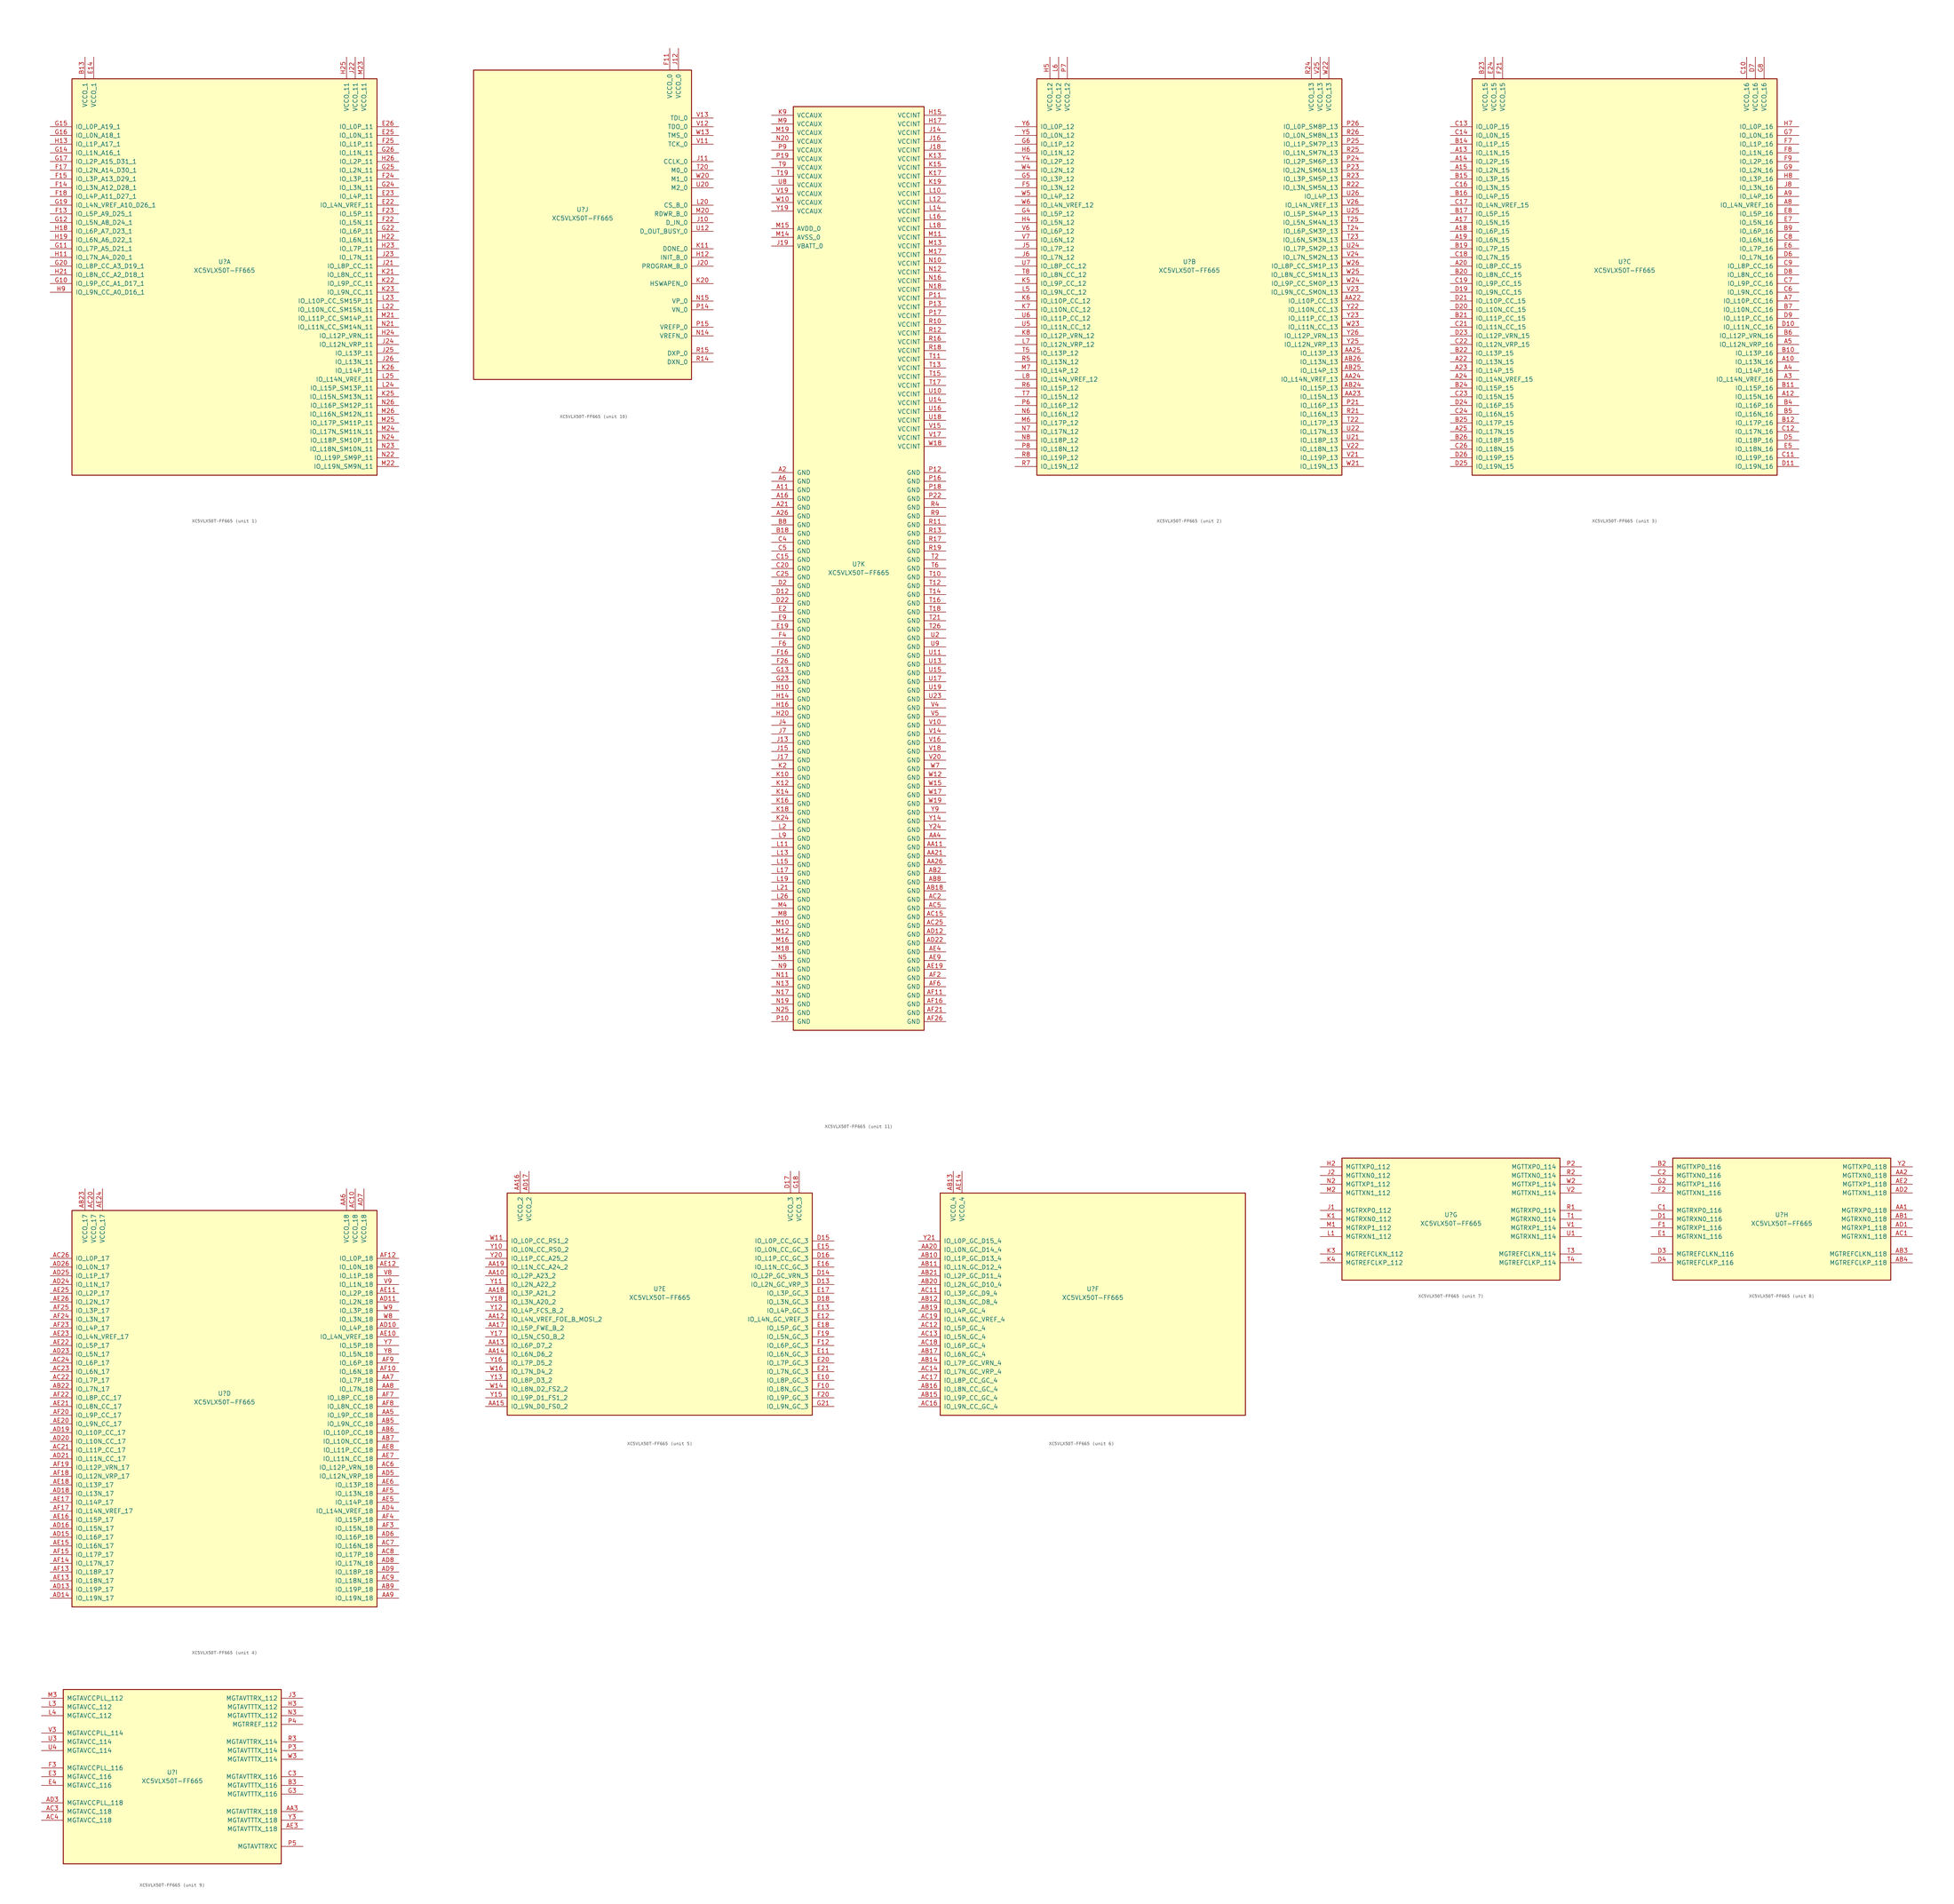
<source format=kicad_sym>
(kicad_symbol_lib
  (version 20211014)
  (generator kicad_symbol_editor)
  (symbol "XC5VLX50T-FF665"
    (pin_names
      (offset 1.016))
    (property "Reference" "U"
      (at 0 1.27 0)
      (effects (font (size 1.27 1.27))))
    (property "Value" "XC5VLX50T-FF665"
      (at 0 -1.27 0)
      (effects (font (size 1.27 1.27))))
    (property "Datasheet" ""
      (at 0 0 0)
      (effects (font (size 1.27 1.27))))
    (property "ki_locked" ""
      (at 0 0 0)
      (effects (font (size 1.27 1.27))))
    (symbol "XC5VLX50T-FF665_1_1"
      (rectangle (start -44.45 54.61) (end 44.45 -60.96) (stroke (width 0.254) (type default) (color 0 0 0 0)) (fill (type background)))
      (pin power_in line (at -40.64 60.96 270) (length 6.35) (name "VCCO_1" (effects (font (size 1.27 1.27)))) (number "B13" (effects (font (size 1.27 1.27)))))
      (pin power_in line (at -38.1 60.96 270) (length 6.35) (name "VCCO_1" (effects (font (size 1.27 1.27)))) (number "E14" (effects (font (size 1.27 1.27)))))
      (pin bidirectional line (at 50.8 17.78 180) (length 6.35) (name "IO_L4N_VREF_11" (effects (font (size 1.27 1.27)))) (number "E22" (effects (font (size 1.27 1.27)))))
      (pin bidirectional line (at 50.8 20.32 180) (length 6.35) (name "IO_L4P_11" (effects (font (size 1.27 1.27)))) (number "E23" (effects (font (size 1.27 1.27)))))
      (pin bidirectional line (at 50.8 38.1 180) (length 6.35) (name "IO_L0N_11" (effects (font (size 1.27 1.27)))) (number "E25" (effects (font (size 1.27 1.27)))))
      (pin bidirectional line (at 50.8 40.64 180) (length 6.35) (name "IO_L0P_11" (effects (font (size 1.27 1.27)))) (number "E26" (effects (font (size 1.27 1.27)))))
      (pin bidirectional line (at -50.8 15.24 0) (length 6.35) (name "IO_L5P_A9_D25_1" (effects (font (size 1.27 1.27)))) (number "F13" (effects (font (size 1.27 1.27)))))
      (pin bidirectional line (at -50.8 22.86 0) (length 6.35) (name "IO_L3N_A12_D28_1" (effects (font (size 1.27 1.27)))) (number "F14" (effects (font (size 1.27 1.27)))))
      (pin bidirectional line (at -50.8 25.4 0) (length 6.35) (name "IO_L3P_A13_D29_1" (effects (font (size 1.27 1.27)))) (number "F15" (effects (font (size 1.27 1.27)))))
      (pin bidirectional line (at -50.8 27.94 0) (length 6.35) (name "IO_L2N_A14_D30_1" (effects (font (size 1.27 1.27)))) (number "F17" (effects (font (size 1.27 1.27)))))
      (pin bidirectional line (at -50.8 20.32 0) (length 6.35) (name "IO_L4P_A11_D27_1" (effects (font (size 1.27 1.27)))) (number "F18" (effects (font (size 1.27 1.27)))))
      (pin bidirectional line (at 50.8 12.7 180) (length 6.35) (name "IO_L5N_11" (effects (font (size 1.27 1.27)))) (number "F22" (effects (font (size 1.27 1.27)))))
      (pin bidirectional line (at 50.8 15.24 180) (length 6.35) (name "IO_L5P_11" (effects (font (size 1.27 1.27)))) (number "F23" (effects (font (size 1.27 1.27)))))
      (pin bidirectional line (at 50.8 25.4 180) (length 6.35) (name "IO_L3P_11" (effects (font (size 1.27 1.27)))) (number "F24" (effects (font (size 1.27 1.27)))))
      (pin bidirectional line (at 50.8 35.56 180) (length 6.35) (name "IO_L1P_11" (effects (font (size 1.27 1.27)))) (number "F25" (effects (font (size 1.27 1.27)))))
      (pin bidirectional line (at -50.8 -5.08 0) (length 6.35) (name "IO_L9P_CC_A1_D17_1" (effects (font (size 1.27 1.27)))) (number "G10" (effects (font (size 1.27 1.27)))))
      (pin bidirectional line (at -50.8 5.08 0) (length 6.35) (name "IO_L7P_A5_D21_1" (effects (font (size 1.27 1.27)))) (number "G11" (effects (font (size 1.27 1.27)))))
      (pin bidirectional line (at -50.8 12.7 0) (length 6.35) (name "IO_L5N_A8_D24_1" (effects (font (size 1.27 1.27)))) (number "G12" (effects (font (size 1.27 1.27)))))
      (pin bidirectional line (at -50.8 33.02 0) (length 6.35) (name "IO_L1N_A16_1" (effects (font (size 1.27 1.27)))) (number "G14" (effects (font (size 1.27 1.27)))))
      (pin bidirectional line (at -50.8 40.64 0) (length 6.35) (name "IO_L0P_A19_1" (effects (font (size 1.27 1.27)))) (number "G15" (effects (font (size 1.27 1.27)))))
      (pin bidirectional line (at -50.8 38.1 0) (length 6.35) (name "IO_L0N_A18_1" (effects (font (size 1.27 1.27)))) (number "G16" (effects (font (size 1.27 1.27)))))
      (pin bidirectional line (at -50.8 30.48 0) (length 6.35) (name "IO_L2P_A15_D31_1" (effects (font (size 1.27 1.27)))) (number "G17" (effects (font (size 1.27 1.27)))))
      (pin bidirectional line (at -50.8 17.78 0) (length 6.35) (name "IO_L4N_VREF_A10_D26_1" (effects (font (size 1.27 1.27)))) (number "G19" (effects (font (size 1.27 1.27)))))
      (pin bidirectional line (at -50.8 0 0) (length 6.35) (name "IO_L8P_CC_A3_D19_1" (effects (font (size 1.27 1.27)))) (number "G20" (effects (font (size 1.27 1.27)))))
      (pin bidirectional line (at 50.8 10.16 180) (length 6.35) (name "IO_L6P_11" (effects (font (size 1.27 1.27)))) (number "G22" (effects (font (size 1.27 1.27)))))
      (pin bidirectional line (at 50.8 22.86 180) (length 6.35) (name "IO_L3N_11" (effects (font (size 1.27 1.27)))) (number "G24" (effects (font (size 1.27 1.27)))))
      (pin bidirectional line (at 50.8 27.94 180) (length 6.35) (name "IO_L2N_11" (effects (font (size 1.27 1.27)))) (number "G25" (effects (font (size 1.27 1.27)))))
      (pin bidirectional line (at 50.8 33.02 180) (length 6.35) (name "IO_L1N_11" (effects (font (size 1.27 1.27)))) (number "G26" (effects (font (size 1.27 1.27)))))
      (pin bidirectional line (at -50.8 2.54 0) (length 6.35) (name "IO_L7N_A4_D20_1" (effects (font (size 1.27 1.27)))) (number "H11" (effects (font (size 1.27 1.27)))))
      (pin bidirectional line (at -50.8 35.56 0) (length 6.35) (name "IO_L1P_A17_1" (effects (font (size 1.27 1.27)))) (number "H13" (effects (font (size 1.27 1.27)))))
      (pin bidirectional line (at -50.8 10.16 0) (length 6.35) (name "IO_L6P_A7_D23_1" (effects (font (size 1.27 1.27)))) (number "H18" (effects (font (size 1.27 1.27)))))
      (pin bidirectional line (at -50.8 7.62 0) (length 6.35) (name "IO_L6N_A6_D22_1" (effects (font (size 1.27 1.27)))) (number "H19" (effects (font (size 1.27 1.27)))))
      (pin bidirectional line (at -50.8 -2.54 0) (length 6.35) (name "IO_L8N_CC_A2_D18_1" (effects (font (size 1.27 1.27)))) (number "H21" (effects (font (size 1.27 1.27)))))
      (pin bidirectional line (at 50.8 7.62 180) (length 6.35) (name "IO_L6N_11" (effects (font (size 1.27 1.27)))) (number "H22" (effects (font (size 1.27 1.27)))))
      (pin bidirectional line (at 50.8 5.08 180) (length 6.35) (name "IO_L7P_11" (effects (font (size 1.27 1.27)))) (number "H23" (effects (font (size 1.27 1.27)))))
      (pin bidirectional line (at 50.8 -20.32 180) (length 6.35) (name "IO_L12P_VRN_11" (effects (font (size 1.27 1.27)))) (number "H24" (effects (font (size 1.27 1.27)))))
      (pin power_in line (at 35.56 60.96 270) (length 6.35) (name "VCCO_11" (effects (font (size 1.27 1.27)))) (number "H25" (effects (font (size 1.27 1.27)))))
      (pin bidirectional line (at 50.8 30.48 180) (length 6.35) (name "IO_L2P_11" (effects (font (size 1.27 1.27)))) (number "H26" (effects (font (size 1.27 1.27)))))
      (pin bidirectional line (at -50.8 -7.62 0) (length 6.35) (name "IO_L9N_CC_A0_D16_1" (effects (font (size 1.27 1.27)))) (number "H9" (effects (font (size 1.27 1.27)))))
      (pin bidirectional line (at 50.8 0 180) (length 6.35) (name "IO_L8P_CC_11" (effects (font (size 1.27 1.27)))) (number "J21" (effects (font (size 1.27 1.27)))))
      (pin power_in line (at 38.1 60.96 270) (length 6.35) (name "VCCO_11" (effects (font (size 1.27 1.27)))) (number "J22" (effects (font (size 1.27 1.27)))))
      (pin bidirectional line (at 50.8 2.54 180) (length 6.35) (name "IO_L7N_11" (effects (font (size 1.27 1.27)))) (number "J23" (effects (font (size 1.27 1.27)))))
      (pin bidirectional line (at 50.8 -22.86 180) (length 6.35) (name "IO_L12N_VRP_11" (effects (font (size 1.27 1.27)))) (number "J24" (effects (font (size 1.27 1.27)))))
      (pin bidirectional line (at 50.8 -25.4 180) (length 6.35) (name "IO_L13P_11" (effects (font (size 1.27 1.27)))) (number "J25" (effects (font (size 1.27 1.27)))))
      (pin bidirectional line (at 50.8 -27.94 180) (length 6.35) (name "IO_L13N_11" (effects (font (size 1.27 1.27)))) (number "J26" (effects (font (size 1.27 1.27)))))
      (pin bidirectional line (at 50.8 -2.54 180) (length 6.35) (name "IO_L8N_CC_11" (effects (font (size 1.27 1.27)))) (number "K21" (effects (font (size 1.27 1.27)))))
      (pin bidirectional line (at 50.8 -5.08 180) (length 6.35) (name "IO_L9P_CC_11" (effects (font (size 1.27 1.27)))) (number "K22" (effects (font (size 1.27 1.27)))))
      (pin bidirectional line (at 50.8 -7.62 180) (length 6.35) (name "IO_L9N_CC_11" (effects (font (size 1.27 1.27)))) (number "K23" (effects (font (size 1.27 1.27)))))
      (pin bidirectional line (at 50.8 -38.1 180) (length 6.35) (name "IO_L15N_SM13N_11" (effects (font (size 1.27 1.27)))) (number "K25" (effects (font (size 1.27 1.27)))))
      (pin bidirectional line (at 50.8 -30.48 180) (length 6.35) (name "IO_L14P_11" (effects (font (size 1.27 1.27)))) (number "K26" (effects (font (size 1.27 1.27)))))
      (pin bidirectional line (at 50.8 -12.7 180) (length 6.35) (name "IO_L10N_CC_SM15N_11" (effects (font (size 1.27 1.27)))) (number "L22" (effects (font (size 1.27 1.27)))))
      (pin bidirectional line (at 50.8 -10.16 180) (length 6.35) (name "IO_L10P_CC_SM15P_11" (effects (font (size 1.27 1.27)))) (number "L23" (effects (font (size 1.27 1.27)))))
      (pin bidirectional line (at 50.8 -35.56 180) (length 6.35) (name "IO_L15P_SM13P_11" (effects (font (size 1.27 1.27)))) (number "L24" (effects (font (size 1.27 1.27)))))
      (pin bidirectional line (at 50.8 -33.02 180) (length 6.35) (name "IO_L14N_VREF_11" (effects (font (size 1.27 1.27)))) (number "L25" (effects (font (size 1.27 1.27)))))
      (pin bidirectional line (at 50.8 -15.24 180) (length 6.35) (name "IO_L11P_CC_SM14P_11" (effects (font (size 1.27 1.27)))) (number "M21" (effects (font (size 1.27 1.27)))))
      (pin bidirectional line (at 50.8 -58.42 180) (length 6.35) (name "IO_L19N_SM9N_11" (effects (font (size 1.27 1.27)))) (number "M22" (effects (font (size 1.27 1.27)))))
      (pin power_in line (at 40.64 60.96 270) (length 6.35) (name "VCCO_11" (effects (font (size 1.27 1.27)))) (number "M23" (effects (font (size 1.27 1.27)))))
      (pin bidirectional line (at 50.8 -48.26 180) (length 6.35) (name "IO_L17N_SM11N_11" (effects (font (size 1.27 1.27)))) (number "M24" (effects (font (size 1.27 1.27)))))
      (pin bidirectional line (at 50.8 -45.72 180) (length 6.35) (name "IO_L17P_SM11P_11" (effects (font (size 1.27 1.27)))) (number "M25" (effects (font (size 1.27 1.27)))))
      (pin bidirectional line (at 50.8 -43.18 180) (length 6.35) (name "IO_L16N_SM12N_11" (effects (font (size 1.27 1.27)))) (number "M26" (effects (font (size 1.27 1.27)))))
      (pin bidirectional line (at 50.8 -17.78 180) (length 6.35) (name "IO_L11N_CC_SM14N_11" (effects (font (size 1.27 1.27)))) (number "N21" (effects (font (size 1.27 1.27)))))
      (pin bidirectional line (at 50.8 -55.88 180) (length 6.35) (name "IO_L19P_SM9P_11" (effects (font (size 1.27 1.27)))) (number "N22" (effects (font (size 1.27 1.27)))))
      (pin bidirectional line (at 50.8 -53.34 180) (length 6.35) (name "IO_L18N_SM10N_11" (effects (font (size 1.27 1.27)))) (number "N23" (effects (font (size 1.27 1.27)))))
      (pin bidirectional line (at 50.8 -50.8 180) (length 6.35) (name "IO_L18P_SM10P_11" (effects (font (size 1.27 1.27)))) (number "N24" (effects (font (size 1.27 1.27)))))
      (pin bidirectional line (at 50.8 -40.64 180) (length 6.35) (name "IO_L16P_SM12P_11" (effects (font (size 1.27 1.27)))) (number "N26" (effects (font (size 1.27 1.27))))))
    (symbol "XC5VLX50T-FF665_2_1"
      (rectangle (start -44.45 54.61) (end 44.45 -60.96) (stroke (width 0.254) (type default) (color 0 0 0 0)) (fill (type background)))
      (pin bidirectional line (at 50.8 -10.16 180) (length 6.35) (name "IO_L10P_CC_13" (effects (font (size 1.27 1.27)))) (number "AA22" (effects (font (size 1.27 1.27)))))
      (pin bidirectional line (at 50.8 -38.1 180) (length 6.35) (name "IO_L15N_13" (effects (font (size 1.27 1.27)))) (number "AA23" (effects (font (size 1.27 1.27)))))
      (pin bidirectional line (at 50.8 -33.02 180) (length 6.35) (name "IO_L14N_VREF_13" (effects (font (size 1.27 1.27)))) (number "AA24" (effects (font (size 1.27 1.27)))))
      (pin bidirectional line (at 50.8 -25.4 180) (length 6.35) (name "IO_L13P_13" (effects (font (size 1.27 1.27)))) (number "AA25" (effects (font (size 1.27 1.27)))))
      (pin bidirectional line (at 50.8 -35.56 180) (length 6.35) (name "IO_L15P_13" (effects (font (size 1.27 1.27)))) (number "AB24" (effects (font (size 1.27 1.27)))))
      (pin bidirectional line (at 50.8 -30.48 180) (length 6.35) (name "IO_L14P_13" (effects (font (size 1.27 1.27)))) (number "AB25" (effects (font (size 1.27 1.27)))))
      (pin bidirectional line (at 50.8 -27.94 180) (length 6.35) (name "IO_L13N_13" (effects (font (size 1.27 1.27)))) (number "AB26" (effects (font (size 1.27 1.27)))))
      (pin bidirectional line (at -50.8 22.86 0) (length 6.35) (name "IO_L3N_12" (effects (font (size 1.27 1.27)))) (number "F5" (effects (font (size 1.27 1.27)))))
      (pin bidirectional line (at -50.8 15.24 0) (length 6.35) (name "IO_L5P_12" (effects (font (size 1.27 1.27)))) (number "G4" (effects (font (size 1.27 1.27)))))
      (pin bidirectional line (at -50.8 25.4 0) (length 6.35) (name "IO_L3P_12" (effects (font (size 1.27 1.27)))) (number "G5" (effects (font (size 1.27 1.27)))))
      (pin bidirectional line (at -50.8 35.56 0) (length 6.35) (name "IO_L1P_12" (effects (font (size 1.27 1.27)))) (number "G6" (effects (font (size 1.27 1.27)))))
      (pin bidirectional line (at -50.8 12.7 0) (length 6.35) (name "IO_L5N_12" (effects (font (size 1.27 1.27)))) (number "H4" (effects (font (size 1.27 1.27)))))
      (pin power_in line (at -40.64 60.96 270) (length 6.35) (name "VCCO_12" (effects (font (size 1.27 1.27)))) (number "H5" (effects (font (size 1.27 1.27)))))
      (pin bidirectional line (at -50.8 33.02 0) (length 6.35) (name "IO_L1N_12" (effects (font (size 1.27 1.27)))) (number "H6" (effects (font (size 1.27 1.27)))))
      (pin bidirectional line (at -50.8 5.08 0) (length 6.35) (name "IO_L7P_12" (effects (font (size 1.27 1.27)))) (number "J5" (effects (font (size 1.27 1.27)))))
      (pin bidirectional line (at -50.8 2.54 0) (length 6.35) (name "IO_L7N_12" (effects (font (size 1.27 1.27)))) (number "J6" (effects (font (size 1.27 1.27)))))
      (pin bidirectional line (at -50.8 -5.08 0) (length 6.35) (name "IO_L9P_CC_12" (effects (font (size 1.27 1.27)))) (number "K5" (effects (font (size 1.27 1.27)))))
      (pin bidirectional line (at -50.8 -10.16 0) (length 6.35) (name "IO_L10P_CC_12" (effects (font (size 1.27 1.27)))) (number "K6" (effects (font (size 1.27 1.27)))))
      (pin bidirectional line (at -50.8 -12.7 0) (length 6.35) (name "IO_L10N_CC_12" (effects (font (size 1.27 1.27)))) (number "K7" (effects (font (size 1.27 1.27)))))
      (pin bidirectional line (at -50.8 -20.32 0) (length 6.35) (name "IO_L12P_VRN_12" (effects (font (size 1.27 1.27)))) (number "K8" (effects (font (size 1.27 1.27)))))
      (pin bidirectional line (at -50.8 -7.62 0) (length 6.35) (name "IO_L9N_CC_12" (effects (font (size 1.27 1.27)))) (number "L5" (effects (font (size 1.27 1.27)))))
      (pin power_in line (at -38.1 60.96 270) (length 6.35) (name "VCCO_12" (effects (font (size 1.27 1.27)))) (number "L6" (effects (font (size 1.27 1.27)))))
      (pin bidirectional line (at -50.8 -22.86 0) (length 6.35) (name "IO_L12N_VRP_12" (effects (font (size 1.27 1.27)))) (number "L7" (effects (font (size 1.27 1.27)))))
      (pin bidirectional line (at -50.8 -33.02 0) (length 6.35) (name "IO_L14N_VREF_12" (effects (font (size 1.27 1.27)))) (number "L8" (effects (font (size 1.27 1.27)))))
      (pin bidirectional line (at -50.8 -45.72 0) (length 6.35) (name "IO_L17P_12" (effects (font (size 1.27 1.27)))) (number "M6" (effects (font (size 1.27 1.27)))))
      (pin bidirectional line (at -50.8 -30.48 0) (length 6.35) (name "IO_L14P_12" (effects (font (size 1.27 1.27)))) (number "M7" (effects (font (size 1.27 1.27)))))
      (pin bidirectional line (at -50.8 -43.18 0) (length 6.35) (name "IO_L16N_12" (effects (font (size 1.27 1.27)))) (number "N6" (effects (font (size 1.27 1.27)))))
      (pin bidirectional line (at -50.8 -48.26 0) (length 6.35) (name "IO_L17N_12" (effects (font (size 1.27 1.27)))) (number "N7" (effects (font (size 1.27 1.27)))))
      (pin bidirectional line (at -50.8 -50.8 0) (length 6.35) (name "IO_L18P_12" (effects (font (size 1.27 1.27)))) (number "N8" (effects (font (size 1.27 1.27)))))
      (pin bidirectional line (at 50.8 -40.64 180) (length 6.35) (name "IO_L16P_13" (effects (font (size 1.27 1.27)))) (number "P21" (effects (font (size 1.27 1.27)))))
      (pin bidirectional line (at 50.8 27.94 180) (length 6.35) (name "IO_L2N_SM6N_13" (effects (font (size 1.27 1.27)))) (number "P23" (effects (font (size 1.27 1.27)))))
      (pin bidirectional line (at 50.8 30.48 180) (length 6.35) (name "IO_L2P_SM6P_13" (effects (font (size 1.27 1.27)))) (number "P24" (effects (font (size 1.27 1.27)))))
      (pin bidirectional line (at 50.8 35.56 180) (length 6.35) (name "IO_L1P_SM7P_13" (effects (font (size 1.27 1.27)))) (number "P25" (effects (font (size 1.27 1.27)))))
      (pin bidirectional line (at 50.8 40.64 180) (length 6.35) (name "IO_L0P_SM8P_13" (effects (font (size 1.27 1.27)))) (number "P26" (effects (font (size 1.27 1.27)))))
      (pin bidirectional line (at -50.8 -40.64 0) (length 6.35) (name "IO_L16P_12" (effects (font (size 1.27 1.27)))) (number "P6" (effects (font (size 1.27 1.27)))))
      (pin power_in line (at -35.56 60.96 270) (length 6.35) (name "VCCO_12" (effects (font (size 1.27 1.27)))) (number "P7" (effects (font (size 1.27 1.27)))))
      (pin bidirectional line (at -50.8 -53.34 0) (length 6.35) (name "IO_L18N_12" (effects (font (size 1.27 1.27)))) (number "P8" (effects (font (size 1.27 1.27)))))
      (pin bidirectional line (at 50.8 -43.18 180) (length 6.35) (name "IO_L16N_13" (effects (font (size 1.27 1.27)))) (number "R21" (effects (font (size 1.27 1.27)))))
      (pin bidirectional line (at 50.8 22.86 180) (length 6.35) (name "IO_L3N_SM5N_13" (effects (font (size 1.27 1.27)))) (number "R22" (effects (font (size 1.27 1.27)))))
      (pin bidirectional line (at 50.8 25.4 180) (length 6.35) (name "IO_L3P_SM5P_13" (effects (font (size 1.27 1.27)))) (number "R23" (effects (font (size 1.27 1.27)))))
      (pin power_in line (at 35.56 60.96 270) (length 6.35) (name "VCCO_13" (effects (font (size 1.27 1.27)))) (number "R24" (effects (font (size 1.27 1.27)))))
      (pin bidirectional line (at 50.8 33.02 180) (length 6.35) (name "IO_L1N_SM7N_13" (effects (font (size 1.27 1.27)))) (number "R25" (effects (font (size 1.27 1.27)))))
      (pin bidirectional line (at 50.8 38.1 180) (length 6.35) (name "IO_L0N_SM8N_13" (effects (font (size 1.27 1.27)))) (number "R26" (effects (font (size 1.27 1.27)))))
      (pin bidirectional line (at -50.8 -27.94 0) (length 6.35) (name "IO_L13N_12" (effects (font (size 1.27 1.27)))) (number "R5" (effects (font (size 1.27 1.27)))))
      (pin bidirectional line (at -50.8 -35.56 0) (length 6.35) (name "IO_L15P_12" (effects (font (size 1.27 1.27)))) (number "R6" (effects (font (size 1.27 1.27)))))
      (pin bidirectional line (at -50.8 -58.42 0) (length 6.35) (name "IO_L19N_12" (effects (font (size 1.27 1.27)))) (number "R7" (effects (font (size 1.27 1.27)))))
      (pin bidirectional line (at -50.8 -55.88 0) (length 6.35) (name "IO_L19P_12" (effects (font (size 1.27 1.27)))) (number "R8" (effects (font (size 1.27 1.27)))))
      (pin bidirectional line (at 50.8 -45.72 180) (length 6.35) (name "IO_L17P_13" (effects (font (size 1.27 1.27)))) (number "T22" (effects (font (size 1.27 1.27)))))
      (pin bidirectional line (at 50.8 7.62 180) (length 6.35) (name "IO_L6N_SM3N_13" (effects (font (size 1.27 1.27)))) (number "T23" (effects (font (size 1.27 1.27)))))
      (pin bidirectional line (at 50.8 10.16 180) (length 6.35) (name "IO_L6P_SM3P_13" (effects (font (size 1.27 1.27)))) (number "T24" (effects (font (size 1.27 1.27)))))
      (pin bidirectional line (at 50.8 12.7 180) (length 6.35) (name "IO_L5N_SM4N_13" (effects (font (size 1.27 1.27)))) (number "T25" (effects (font (size 1.27 1.27)))))
      (pin bidirectional line (at -50.8 -25.4 0) (length 6.35) (name "IO_L13P_12" (effects (font (size 1.27 1.27)))) (number "T5" (effects (font (size 1.27 1.27)))))
      (pin bidirectional line (at -50.8 -38.1 0) (length 6.35) (name "IO_L15N_12" (effects (font (size 1.27 1.27)))) (number "T7" (effects (font (size 1.27 1.27)))))
      (pin bidirectional line (at -50.8 -2.54 0) (length 6.35) (name "IO_L8N_CC_12" (effects (font (size 1.27 1.27)))) (number "T8" (effects (font (size 1.27 1.27)))))
      (pin bidirectional line (at 50.8 -50.8 180) (length 6.35) (name "IO_L18P_13" (effects (font (size 1.27 1.27)))) (number "U21" (effects (font (size 1.27 1.27)))))
      (pin bidirectional line (at 50.8 -48.26 180) (length 6.35) (name "IO_L17N_13" (effects (font (size 1.27 1.27)))) (number "U22" (effects (font (size 1.27 1.27)))))
      (pin bidirectional line (at 50.8 5.08 180) (length 6.35) (name "IO_L7P_SM2P_13" (effects (font (size 1.27 1.27)))) (number "U24" (effects (font (size 1.27 1.27)))))
      (pin bidirectional line (at 50.8 15.24 180) (length 6.35) (name "IO_L5P_SM4P_13" (effects (font (size 1.27 1.27)))) (number "U25" (effects (font (size 1.27 1.27)))))
      (pin bidirectional line (at 50.8 20.32 180) (length 6.35) (name "IO_L4P_13" (effects (font (size 1.27 1.27)))) (number "U26" (effects (font (size 1.27 1.27)))))
      (pin bidirectional line (at -50.8 -17.78 0) (length 6.35) (name "IO_L11N_CC_12" (effects (font (size 1.27 1.27)))) (number "U5" (effects (font (size 1.27 1.27)))))
      (pin bidirectional line (at -50.8 -15.24 0) (length 6.35) (name "IO_L11P_CC_12" (effects (font (size 1.27 1.27)))) (number "U6" (effects (font (size 1.27 1.27)))))
      (pin bidirectional line (at -50.8 0 0) (length 6.35) (name "IO_L8P_CC_12" (effects (font (size 1.27 1.27)))) (number "U7" (effects (font (size 1.27 1.27)))))
      (pin bidirectional line (at 50.8 -55.88 180) (length 6.35) (name "IO_L19P_13" (effects (font (size 1.27 1.27)))) (number "V21" (effects (font (size 1.27 1.27)))))
      (pin bidirectional line (at 50.8 -53.34 180) (length 6.35) (name "IO_L18N_13" (effects (font (size 1.27 1.27)))) (number "V22" (effects (font (size 1.27 1.27)))))
      (pin bidirectional line (at 50.8 -7.62 180) (length 6.35) (name "IO_L9N_CC_SM0N_13" (effects (font (size 1.27 1.27)))) (number "V23" (effects (font (size 1.27 1.27)))))
      (pin bidirectional line (at 50.8 2.54 180) (length 6.35) (name "IO_L7N_SM2N_13" (effects (font (size 1.27 1.27)))) (number "V24" (effects (font (size 1.27 1.27)))))
      (pin power_in line (at 38.1 60.96 270) (length 6.35) (name "VCCO_13" (effects (font (size 1.27 1.27)))) (number "V25" (effects (font (size 1.27 1.27)))))
      (pin bidirectional line (at 50.8 17.78 180) (length 6.35) (name "IO_L4N_VREF_13" (effects (font (size 1.27 1.27)))) (number "V26" (effects (font (size 1.27 1.27)))))
      (pin bidirectional line (at -50.8 10.16 0) (length 6.35) (name "IO_L6P_12" (effects (font (size 1.27 1.27)))) (number "V6" (effects (font (size 1.27 1.27)))))
      (pin bidirectional line (at -50.8 7.62 0) (length 6.35) (name "IO_L6N_12" (effects (font (size 1.27 1.27)))) (number "V7" (effects (font (size 1.27 1.27)))))
      (pin bidirectional line (at 50.8 -58.42 180) (length 6.35) (name "IO_L19N_13" (effects (font (size 1.27 1.27)))) (number "W21" (effects (font (size 1.27 1.27)))))
      (pin power_in line (at 40.64 60.96 270) (length 6.35) (name "VCCO_13" (effects (font (size 1.27 1.27)))) (number "W22" (effects (font (size 1.27 1.27)))))
      (pin bidirectional line (at 50.8 -17.78 180) (length 6.35) (name "IO_L11N_CC_13" (effects (font (size 1.27 1.27)))) (number "W23" (effects (font (size 1.27 1.27)))))
      (pin bidirectional line (at 50.8 -5.08 180) (length 6.35) (name "IO_L9P_CC_SM0P_13" (effects (font (size 1.27 1.27)))) (number "W24" (effects (font (size 1.27 1.27)))))
      (pin bidirectional line (at 50.8 -2.54 180) (length 6.35) (name "IO_L8N_CC_SM1N_13" (effects (font (size 1.27 1.27)))) (number "W25" (effects (font (size 1.27 1.27)))))
      (pin bidirectional line (at 50.8 0 180) (length 6.35) (name "IO_L8P_CC_SM1P_13" (effects (font (size 1.27 1.27)))) (number "W26" (effects (font (size 1.27 1.27)))))
      (pin bidirectional line (at -50.8 27.94 0) (length 6.35) (name "IO_L2N_12" (effects (font (size 1.27 1.27)))) (number "W4" (effects (font (size 1.27 1.27)))))
      (pin bidirectional line (at -50.8 20.32 0) (length 6.35) (name "IO_L4P_12" (effects (font (size 1.27 1.27)))) (number "W5" (effects (font (size 1.27 1.27)))))
      (pin bidirectional line (at -50.8 17.78 0) (length 6.35) (name "IO_L4N_VREF_12" (effects (font (size 1.27 1.27)))) (number "W6" (effects (font (size 1.27 1.27)))))
      (pin bidirectional line (at 50.8 -12.7 180) (length 6.35) (name "IO_L10N_CC_13" (effects (font (size 1.27 1.27)))) (number "Y22" (effects (font (size 1.27 1.27)))))
      (pin bidirectional line (at 50.8 -15.24 180) (length 6.35) (name "IO_L11P_CC_13" (effects (font (size 1.27 1.27)))) (number "Y23" (effects (font (size 1.27 1.27)))))
      (pin bidirectional line (at 50.8 -22.86 180) (length 6.35) (name "IO_L12N_VRP_13" (effects (font (size 1.27 1.27)))) (number "Y25" (effects (font (size 1.27 1.27)))))
      (pin bidirectional line (at 50.8 -20.32 180) (length 6.35) (name "IO_L12P_VRN_13" (effects (font (size 1.27 1.27)))) (number "Y26" (effects (font (size 1.27 1.27)))))
      (pin bidirectional line (at -50.8 30.48 0) (length 6.35) (name "IO_L2P_12" (effects (font (size 1.27 1.27)))) (number "Y4" (effects (font (size 1.27 1.27)))))
      (pin bidirectional line (at -50.8 38.1 0) (length 6.35) (name "IO_L0N_12" (effects (font (size 1.27 1.27)))) (number "Y5" (effects (font (size 1.27 1.27)))))
      (pin bidirectional line (at -50.8 40.64 0) (length 6.35) (name "IO_L0P_12" (effects (font (size 1.27 1.27)))) (number "Y6" (effects (font (size 1.27 1.27))))))
    (symbol "XC5VLX50T-FF665_3_1"
      (rectangle (start -44.45 54.61) (end 44.45 -60.96) (stroke (width 0.254) (type default) (color 0 0 0 0)) (fill (type background)))
      (pin bidirectional line (at 50.8 -27.94 180) (length 6.35) (name "IO_L13N_16" (effects (font (size 1.27 1.27)))) (number "A10" (effects (font (size 1.27 1.27)))))
      (pin bidirectional line (at 50.8 -38.1 180) (length 6.35) (name "IO_L15N_16" (effects (font (size 1.27 1.27)))) (number "A12" (effects (font (size 1.27 1.27)))))
      (pin bidirectional line (at -50.8 33.02 0) (length 6.35) (name "IO_L1N_15" (effects (font (size 1.27 1.27)))) (number "A13" (effects (font (size 1.27 1.27)))))
      (pin bidirectional line (at -50.8 30.48 0) (length 6.35) (name "IO_L2P_15" (effects (font (size 1.27 1.27)))) (number "A14" (effects (font (size 1.27 1.27)))))
      (pin bidirectional line (at -50.8 27.94 0) (length 6.35) (name "IO_L2N_15" (effects (font (size 1.27 1.27)))) (number "A15" (effects (font (size 1.27 1.27)))))
      (pin bidirectional line (at -50.8 12.7 0) (length 6.35) (name "IO_L5N_15" (effects (font (size 1.27 1.27)))) (number "A17" (effects (font (size 1.27 1.27)))))
      (pin bidirectional line (at -50.8 10.16 0) (length 6.35) (name "IO_L6P_15" (effects (font (size 1.27 1.27)))) (number "A18" (effects (font (size 1.27 1.27)))))
      (pin bidirectional line (at -50.8 7.62 0) (length 6.35) (name "IO_L6N_15" (effects (font (size 1.27 1.27)))) (number "A19" (effects (font (size 1.27 1.27)))))
      (pin bidirectional line (at -50.8 0 0) (length 6.35) (name "IO_L8P_CC_15" (effects (font (size 1.27 1.27)))) (number "A20" (effects (font (size 1.27 1.27)))))
      (pin bidirectional line (at -50.8 -27.94 0) (length 6.35) (name "IO_L13N_15" (effects (font (size 1.27 1.27)))) (number "A22" (effects (font (size 1.27 1.27)))))
      (pin bidirectional line (at -50.8 -30.48 0) (length 6.35) (name "IO_L14P_15" (effects (font (size 1.27 1.27)))) (number "A23" (effects (font (size 1.27 1.27)))))
      (pin bidirectional line (at -50.8 -33.02 0) (length 6.35) (name "IO_L14N_VREF_15" (effects (font (size 1.27 1.27)))) (number "A24" (effects (font (size 1.27 1.27)))))
      (pin bidirectional line (at -50.8 -48.26 0) (length 6.35) (name "IO_L17N_15" (effects (font (size 1.27 1.27)))) (number "A25" (effects (font (size 1.27 1.27)))))
      (pin bidirectional line (at 50.8 -33.02 180) (length 6.35) (name "IO_L14N_VREF_16" (effects (font (size 1.27 1.27)))) (number "A3" (effects (font (size 1.27 1.27)))))
      (pin bidirectional line (at 50.8 -30.48 180) (length 6.35) (name "IO_L14P_16" (effects (font (size 1.27 1.27)))) (number "A4" (effects (font (size 1.27 1.27)))))
      (pin bidirectional line (at 50.8 -22.86 180) (length 6.35) (name "IO_L12N_VRP_16" (effects (font (size 1.27 1.27)))) (number "A5" (effects (font (size 1.27 1.27)))))
      (pin bidirectional line (at 50.8 -10.16 180) (length 6.35) (name "IO_L10P_CC_16" (effects (font (size 1.27 1.27)))) (number "A7" (effects (font (size 1.27 1.27)))))
      (pin bidirectional line (at 50.8 17.78 180) (length 6.35) (name "IO_L4N_VREF_16" (effects (font (size 1.27 1.27)))) (number "A8" (effects (font (size 1.27 1.27)))))
      (pin bidirectional line (at 50.8 20.32 180) (length 6.35) (name "IO_L4P_16" (effects (font (size 1.27 1.27)))) (number "A9" (effects (font (size 1.27 1.27)))))
      (pin bidirectional line (at 50.8 -25.4 180) (length 6.35) (name "IO_L13P_16" (effects (font (size 1.27 1.27)))) (number "B10" (effects (font (size 1.27 1.27)))))
      (pin bidirectional line (at 50.8 -35.56 180) (length 6.35) (name "IO_L15P_16" (effects (font (size 1.27 1.27)))) (number "B11" (effects (font (size 1.27 1.27)))))
      (pin bidirectional line (at 50.8 -45.72 180) (length 6.35) (name "IO_L17P_16" (effects (font (size 1.27 1.27)))) (number "B12" (effects (font (size 1.27 1.27)))))
      (pin bidirectional line (at -50.8 35.56 0) (length 6.35) (name "IO_L1P_15" (effects (font (size 1.27 1.27)))) (number "B14" (effects (font (size 1.27 1.27)))))
      (pin bidirectional line (at -50.8 25.4 0) (length 6.35) (name "IO_L3P_15" (effects (font (size 1.27 1.27)))) (number "B15" (effects (font (size 1.27 1.27)))))
      (pin bidirectional line (at -50.8 20.32 0) (length 6.35) (name "IO_L4P_15" (effects (font (size 1.27 1.27)))) (number "B16" (effects (font (size 1.27 1.27)))))
      (pin bidirectional line (at -50.8 15.24 0) (length 6.35) (name "IO_L5P_15" (effects (font (size 1.27 1.27)))) (number "B17" (effects (font (size 1.27 1.27)))))
      (pin bidirectional line (at -50.8 5.08 0) (length 6.35) (name "IO_L7P_15" (effects (font (size 1.27 1.27)))) (number "B19" (effects (font (size 1.27 1.27)))))
      (pin bidirectional line (at -50.8 -2.54 0) (length 6.35) (name "IO_L8N_CC_15" (effects (font (size 1.27 1.27)))) (number "B20" (effects (font (size 1.27 1.27)))))
      (pin bidirectional line (at -50.8 -15.24 0) (length 6.35) (name "IO_L11P_CC_15" (effects (font (size 1.27 1.27)))) (number "B21" (effects (font (size 1.27 1.27)))))
      (pin bidirectional line (at -50.8 -25.4 0) (length 6.35) (name "IO_L13P_15" (effects (font (size 1.27 1.27)))) (number "B22" (effects (font (size 1.27 1.27)))))
      (pin power_in line (at -40.64 60.96 270) (length 6.35) (name "VCCO_15" (effects (font (size 1.27 1.27)))) (number "B23" (effects (font (size 1.27 1.27)))))
      (pin bidirectional line (at -50.8 -35.56 0) (length 6.35) (name "IO_L15P_15" (effects (font (size 1.27 1.27)))) (number "B24" (effects (font (size 1.27 1.27)))))
      (pin bidirectional line (at -50.8 -45.72 0) (length 6.35) (name "IO_L17P_15" (effects (font (size 1.27 1.27)))) (number "B25" (effects (font (size 1.27 1.27)))))
      (pin bidirectional line (at -50.8 -50.8 0) (length 6.35) (name "IO_L18P_15" (effects (font (size 1.27 1.27)))) (number "B26" (effects (font (size 1.27 1.27)))))
      (pin bidirectional line (at 50.8 -40.64 180) (length 6.35) (name "IO_L16P_16" (effects (font (size 1.27 1.27)))) (number "B4" (effects (font (size 1.27 1.27)))))
      (pin bidirectional line (at 50.8 -43.18 180) (length 6.35) (name "IO_L16N_16" (effects (font (size 1.27 1.27)))) (number "B5" (effects (font (size 1.27 1.27)))))
      (pin bidirectional line (at 50.8 -20.32 180) (length 6.35) (name "IO_L12P_VRN_16" (effects (font (size 1.27 1.27)))) (number "B6" (effects (font (size 1.27 1.27)))))
      (pin bidirectional line (at 50.8 -12.7 180) (length 6.35) (name "IO_L10N_CC_16" (effects (font (size 1.27 1.27)))) (number "B7" (effects (font (size 1.27 1.27)))))
      (pin bidirectional line (at 50.8 10.16 180) (length 6.35) (name "IO_L6P_16" (effects (font (size 1.27 1.27)))) (number "B9" (effects (font (size 1.27 1.27)))))
      (pin power_in line (at 35.56 60.96 270) (length 6.35) (name "VCCO_16" (effects (font (size 1.27 1.27)))) (number "C10" (effects (font (size 1.27 1.27)))))
      (pin bidirectional line (at 50.8 -55.88 180) (length 6.35) (name "IO_L19P_16" (effects (font (size 1.27 1.27)))) (number "C11" (effects (font (size 1.27 1.27)))))
      (pin bidirectional line (at 50.8 -48.26 180) (length 6.35) (name "IO_L17N_16" (effects (font (size 1.27 1.27)))) (number "C12" (effects (font (size 1.27 1.27)))))
      (pin bidirectional line (at -50.8 40.64 0) (length 6.35) (name "IO_L0P_15" (effects (font (size 1.27 1.27)))) (number "C13" (effects (font (size 1.27 1.27)))))
      (pin bidirectional line (at -50.8 38.1 0) (length 6.35) (name "IO_L0N_15" (effects (font (size 1.27 1.27)))) (number "C14" (effects (font (size 1.27 1.27)))))
      (pin bidirectional line (at -50.8 22.86 0) (length 6.35) (name "IO_L3N_15" (effects (font (size 1.27 1.27)))) (number "C16" (effects (font (size 1.27 1.27)))))
      (pin bidirectional line (at -50.8 17.78 0) (length 6.35) (name "IO_L4N_VREF_15" (effects (font (size 1.27 1.27)))) (number "C17" (effects (font (size 1.27 1.27)))))
      (pin bidirectional line (at -50.8 2.54 0) (length 6.35) (name "IO_L7N_15" (effects (font (size 1.27 1.27)))) (number "C18" (effects (font (size 1.27 1.27)))))
      (pin bidirectional line (at -50.8 -5.08 0) (length 6.35) (name "IO_L9P_CC_15" (effects (font (size 1.27 1.27)))) (number "C19" (effects (font (size 1.27 1.27)))))
      (pin bidirectional line (at -50.8 -17.78 0) (length 6.35) (name "IO_L11N_CC_15" (effects (font (size 1.27 1.27)))) (number "C21" (effects (font (size 1.27 1.27)))))
      (pin bidirectional line (at -50.8 -22.86 0) (length 6.35) (name "IO_L12N_VRP_15" (effects (font (size 1.27 1.27)))) (number "C22" (effects (font (size 1.27 1.27)))))
      (pin bidirectional line (at -50.8 -38.1 0) (length 6.35) (name "IO_L15N_15" (effects (font (size 1.27 1.27)))) (number "C23" (effects (font (size 1.27 1.27)))))
      (pin bidirectional line (at -50.8 -43.18 0) (length 6.35) (name "IO_L16N_15" (effects (font (size 1.27 1.27)))) (number "C24" (effects (font (size 1.27 1.27)))))
      (pin bidirectional line (at -50.8 -53.34 0) (length 6.35) (name "IO_L18N_15" (effects (font (size 1.27 1.27)))) (number "C26" (effects (font (size 1.27 1.27)))))
      (pin bidirectional line (at 50.8 -7.62 180) (length 6.35) (name "IO_L9N_CC_16" (effects (font (size 1.27 1.27)))) (number "C6" (effects (font (size 1.27 1.27)))))
      (pin bidirectional line (at 50.8 -5.08 180) (length 6.35) (name "IO_L9P_CC_16" (effects (font (size 1.27 1.27)))) (number "C7" (effects (font (size 1.27 1.27)))))
      (pin bidirectional line (at 50.8 7.62 180) (length 6.35) (name "IO_L6N_16" (effects (font (size 1.27 1.27)))) (number "C8" (effects (font (size 1.27 1.27)))))
      (pin bidirectional line (at 50.8 0 180) (length 6.35) (name "IO_L8P_CC_16" (effects (font (size 1.27 1.27)))) (number "C9" (effects (font (size 1.27 1.27)))))
      (pin bidirectional line (at 50.8 -17.78 180) (length 6.35) (name "IO_L11N_CC_16" (effects (font (size 1.27 1.27)))) (number "D10" (effects (font (size 1.27 1.27)))))
      (pin bidirectional line (at 50.8 -58.42 180) (length 6.35) (name "IO_L19N_16" (effects (font (size 1.27 1.27)))) (number "D11" (effects (font (size 1.27 1.27)))))
      (pin bidirectional line (at -50.8 -7.62 0) (length 6.35) (name "IO_L9N_CC_15" (effects (font (size 1.27 1.27)))) (number "D19" (effects (font (size 1.27 1.27)))))
      (pin bidirectional line (at -50.8 -12.7 0) (length 6.35) (name "IO_L10N_CC_15" (effects (font (size 1.27 1.27)))) (number "D20" (effects (font (size 1.27 1.27)))))
      (pin bidirectional line (at -50.8 -10.16 0) (length 6.35) (name "IO_L10P_CC_15" (effects (font (size 1.27 1.27)))) (number "D21" (effects (font (size 1.27 1.27)))))
      (pin bidirectional line (at -50.8 -20.32 0) (length 6.35) (name "IO_L12P_VRN_15" (effects (font (size 1.27 1.27)))) (number "D23" (effects (font (size 1.27 1.27)))))
      (pin bidirectional line (at -50.8 -40.64 0) (length 6.35) (name "IO_L16P_15" (effects (font (size 1.27 1.27)))) (number "D24" (effects (font (size 1.27 1.27)))))
      (pin bidirectional line (at -50.8 -58.42 0) (length 6.35) (name "IO_L19N_15" (effects (font (size 1.27 1.27)))) (number "D25" (effects (font (size 1.27 1.27)))))
      (pin bidirectional line (at -50.8 -55.88 0) (length 6.35) (name "IO_L19P_15" (effects (font (size 1.27 1.27)))) (number "D26" (effects (font (size 1.27 1.27)))))
      (pin bidirectional line (at 50.8 -50.8 180) (length 6.35) (name "IO_L18P_16" (effects (font (size 1.27 1.27)))) (number "D5" (effects (font (size 1.27 1.27)))))
      (pin bidirectional line (at 50.8 2.54 180) (length 6.35) (name "IO_L7N_16" (effects (font (size 1.27 1.27)))) (number "D6" (effects (font (size 1.27 1.27)))))
      (pin power_in line (at 38.1 60.96 270) (length 6.35) (name "VCCO_16" (effects (font (size 1.27 1.27)))) (number "D7" (effects (font (size 1.27 1.27)))))
      (pin bidirectional line (at 50.8 -2.54 180) (length 6.35) (name "IO_L8N_CC_16" (effects (font (size 1.27 1.27)))) (number "D8" (effects (font (size 1.27 1.27)))))
      (pin bidirectional line (at 50.8 -15.24 180) (length 6.35) (name "IO_L11P_CC_16" (effects (font (size 1.27 1.27)))) (number "D9" (effects (font (size 1.27 1.27)))))
      (pin power_in line (at -38.1 60.96 270) (length 6.35) (name "VCCO_15" (effects (font (size 1.27 1.27)))) (number "E24" (effects (font (size 1.27 1.27)))))
      (pin bidirectional line (at 50.8 -53.34 180) (length 6.35) (name "IO_L18N_16" (effects (font (size 1.27 1.27)))) (number "E5" (effects (font (size 1.27 1.27)))))
      (pin bidirectional line (at 50.8 5.08 180) (length 6.35) (name "IO_L7P_16" (effects (font (size 1.27 1.27)))) (number "E6" (effects (font (size 1.27 1.27)))))
      (pin bidirectional line (at 50.8 12.7 180) (length 6.35) (name "IO_L5N_16" (effects (font (size 1.27 1.27)))) (number "E7" (effects (font (size 1.27 1.27)))))
      (pin bidirectional line (at 50.8 15.24 180) (length 6.35) (name "IO_L5P_16" (effects (font (size 1.27 1.27)))) (number "E8" (effects (font (size 1.27 1.27)))))
      (pin power_in line (at -35.56 60.96 270) (length 6.35) (name "VCCO_15" (effects (font (size 1.27 1.27)))) (number "F21" (effects (font (size 1.27 1.27)))))
      (pin bidirectional line (at 50.8 35.56 180) (length 6.35) (name "IO_L1P_16" (effects (font (size 1.27 1.27)))) (number "F7" (effects (font (size 1.27 1.27)))))
      (pin bidirectional line (at 50.8 33.02 180) (length 6.35) (name "IO_L1N_16" (effects (font (size 1.27 1.27)))) (number "F8" (effects (font (size 1.27 1.27)))))
      (pin bidirectional line (at 50.8 30.48 180) (length 6.35) (name "IO_L2P_16" (effects (font (size 1.27 1.27)))) (number "F9" (effects (font (size 1.27 1.27)))))
      (pin bidirectional line (at 50.8 38.1 180) (length 6.35) (name "IO_L0N_16" (effects (font (size 1.27 1.27)))) (number "G7" (effects (font (size 1.27 1.27)))))
      (pin power_in line (at 40.64 60.96 270) (length 6.35) (name "VCCO_16" (effects (font (size 1.27 1.27)))) (number "G8" (effects (font (size 1.27 1.27)))))
      (pin bidirectional line (at 50.8 27.94 180) (length 6.35) (name "IO_L2N_16" (effects (font (size 1.27 1.27)))) (number "G9" (effects (font (size 1.27 1.27)))))
      (pin bidirectional line (at 50.8 40.64 180) (length 6.35) (name "IO_L0P_16" (effects (font (size 1.27 1.27)))) (number "H7" (effects (font (size 1.27 1.27)))))
      (pin bidirectional line (at 50.8 25.4 180) (length 6.35) (name "IO_L3P_16" (effects (font (size 1.27 1.27)))) (number "H8" (effects (font (size 1.27 1.27)))))
      (pin bidirectional line (at 50.8 22.86 180) (length 6.35) (name "IO_L3N_16" (effects (font (size 1.27 1.27)))) (number "J8" (effects (font (size 1.27 1.27))))))
    (symbol "XC5VLX50T-FF665_4_1"
      (rectangle (start -44.45 54.61) (end 44.45 -60.96) (stroke (width 0.254) (type default) (color 0 0 0 0)) (fill (type background)))
      (pin bidirectional line (at 50.8 -5.08 180) (length 6.35) (name "IO_L9P_CC_18" (effects (font (size 1.27 1.27)))) (number "AA5" (effects (font (size 1.27 1.27)))))
      (pin power_in line (at 35.56 60.96 270) (length 6.35) (name "VCCO_18" (effects (font (size 1.27 1.27)))) (number "AA6" (effects (font (size 1.27 1.27)))))
      (pin bidirectional line (at 50.8 5.08 180) (length 6.35) (name "IO_L7P_18" (effects (font (size 1.27 1.27)))) (number "AA7" (effects (font (size 1.27 1.27)))))
      (pin bidirectional line (at 50.8 2.54 180) (length 6.35) (name "IO_L7N_18" (effects (font (size 1.27 1.27)))) (number "AA8" (effects (font (size 1.27 1.27)))))
      (pin bidirectional line (at 50.8 -58.42 180) (length 6.35) (name "IO_L19N_18" (effects (font (size 1.27 1.27)))) (number "AA9" (effects (font (size 1.27 1.27)))))
      (pin bidirectional line (at -50.8 2.54 0) (length 6.35) (name "IO_L7N_17" (effects (font (size 1.27 1.27)))) (number "AB22" (effects (font (size 1.27 1.27)))))
      (pin power_in line (at -40.64 60.96 270) (length 6.35) (name "VCCO_17" (effects (font (size 1.27 1.27)))) (number "AB23" (effects (font (size 1.27 1.27)))))
      (pin bidirectional line (at 50.8 -7.62 180) (length 6.35) (name "IO_L9N_CC_18" (effects (font (size 1.27 1.27)))) (number "AB5" (effects (font (size 1.27 1.27)))))
      (pin bidirectional line (at 50.8 -10.16 180) (length 6.35) (name "IO_L10P_CC_18" (effects (font (size 1.27 1.27)))) (number "AB6" (effects (font (size 1.27 1.27)))))
      (pin bidirectional line (at 50.8 -12.7 180) (length 6.35) (name "IO_L10N_CC_18" (effects (font (size 1.27 1.27)))) (number "AB7" (effects (font (size 1.27 1.27)))))
      (pin bidirectional line (at 50.8 -55.88 180) (length 6.35) (name "IO_L19P_18" (effects (font (size 1.27 1.27)))) (number "AB9" (effects (font (size 1.27 1.27)))))
      (pin power_in line (at 38.1 60.96 270) (length 6.35) (name "VCCO_18" (effects (font (size 1.27 1.27)))) (number "AC10" (effects (font (size 1.27 1.27)))))
      (pin power_in line (at -38.1 60.96 270) (length 6.35) (name "VCCO_17" (effects (font (size 1.27 1.27)))) (number "AC20" (effects (font (size 1.27 1.27)))))
      (pin bidirectional line (at -50.8 -15.24 0) (length 6.35) (name "IO_L11P_CC_17" (effects (font (size 1.27 1.27)))) (number "AC21" (effects (font (size 1.27 1.27)))))
      (pin bidirectional line (at -50.8 5.08 0) (length 6.35) (name "IO_L7P_17" (effects (font (size 1.27 1.27)))) (number "AC22" (effects (font (size 1.27 1.27)))))
      (pin bidirectional line (at -50.8 7.62 0) (length 6.35) (name "IO_L6N_17" (effects (font (size 1.27 1.27)))) (number "AC23" (effects (font (size 1.27 1.27)))))
      (pin bidirectional line (at -50.8 10.16 0) (length 6.35) (name "IO_L6P_17" (effects (font (size 1.27 1.27)))) (number "AC24" (effects (font (size 1.27 1.27)))))
      (pin bidirectional line (at -50.8 40.64 0) (length 6.35) (name "IO_L0P_17" (effects (font (size 1.27 1.27)))) (number "AC26" (effects (font (size 1.27 1.27)))))
      (pin bidirectional line (at 50.8 -20.32 180) (length 6.35) (name "IO_L12P_VRN_18" (effects (font (size 1.27 1.27)))) (number "AC6" (effects (font (size 1.27 1.27)))))
      (pin bidirectional line (at 50.8 -43.18 180) (length 6.35) (name "IO_L16N_18" (effects (font (size 1.27 1.27)))) (number "AC7" (effects (font (size 1.27 1.27)))))
      (pin bidirectional line (at 50.8 -45.72 180) (length 6.35) (name "IO_L17P_18" (effects (font (size 1.27 1.27)))) (number "AC8" (effects (font (size 1.27 1.27)))))
      (pin bidirectional line (at 50.8 -53.34 180) (length 6.35) (name "IO_L18N_18" (effects (font (size 1.27 1.27)))) (number "AC9" (effects (font (size 1.27 1.27)))))
      (pin bidirectional line (at 50.8 20.32 180) (length 6.35) (name "IO_L4P_18" (effects (font (size 1.27 1.27)))) (number "AD10" (effects (font (size 1.27 1.27)))))
      (pin bidirectional line (at 50.8 27.94 180) (length 6.35) (name "IO_L2N_18" (effects (font (size 1.27 1.27)))) (number "AD11" (effects (font (size 1.27 1.27)))))
      (pin bidirectional line (at -50.8 -55.88 0) (length 6.35) (name "IO_L19P_17" (effects (font (size 1.27 1.27)))) (number "AD13" (effects (font (size 1.27 1.27)))))
      (pin bidirectional line (at -50.8 -58.42 0) (length 6.35) (name "IO_L19N_17" (effects (font (size 1.27 1.27)))) (number "AD14" (effects (font (size 1.27 1.27)))))
      (pin bidirectional line (at -50.8 -40.64 0) (length 6.35) (name "IO_L16P_17" (effects (font (size 1.27 1.27)))) (number "AD15" (effects (font (size 1.27 1.27)))))
      (pin bidirectional line (at -50.8 -38.1 0) (length 6.35) (name "IO_L15N_17" (effects (font (size 1.27 1.27)))) (number "AD16" (effects (font (size 1.27 1.27)))))
      (pin bidirectional line (at -50.8 -27.94 0) (length 6.35) (name "IO_L13N_17" (effects (font (size 1.27 1.27)))) (number "AD18" (effects (font (size 1.27 1.27)))))
      (pin bidirectional line (at -50.8 -10.16 0) (length 6.35) (name "IO_L10P_CC_17" (effects (font (size 1.27 1.27)))) (number "AD19" (effects (font (size 1.27 1.27)))))
      (pin bidirectional line (at -50.8 -12.7 0) (length 6.35) (name "IO_L10N_CC_17" (effects (font (size 1.27 1.27)))) (number "AD20" (effects (font (size 1.27 1.27)))))
      (pin bidirectional line (at -50.8 -17.78 0) (length 6.35) (name "IO_L11N_CC_17" (effects (font (size 1.27 1.27)))) (number "AD21" (effects (font (size 1.27 1.27)))))
      (pin bidirectional line (at -50.8 12.7 0) (length 6.35) (name "IO_L5N_17" (effects (font (size 1.27 1.27)))) (number "AD23" (effects (font (size 1.27 1.27)))))
      (pin bidirectional line (at -50.8 33.02 0) (length 6.35) (name "IO_L1N_17" (effects (font (size 1.27 1.27)))) (number "AD24" (effects (font (size 1.27 1.27)))))
      (pin bidirectional line (at -50.8 35.56 0) (length 6.35) (name "IO_L1P_17" (effects (font (size 1.27 1.27)))) (number "AD25" (effects (font (size 1.27 1.27)))))
      (pin bidirectional line (at -50.8 38.1 0) (length 6.35) (name "IO_L0N_17" (effects (font (size 1.27 1.27)))) (number "AD26" (effects (font (size 1.27 1.27)))))
      (pin bidirectional line (at 50.8 -33.02 180) (length 6.35) (name "IO_L14N_VREF_18" (effects (font (size 1.27 1.27)))) (number "AD4" (effects (font (size 1.27 1.27)))))
      (pin bidirectional line (at 50.8 -22.86 180) (length 6.35) (name "IO_L12N_VRP_18" (effects (font (size 1.27 1.27)))) (number "AD5" (effects (font (size 1.27 1.27)))))
      (pin bidirectional line (at 50.8 -40.64 180) (length 6.35) (name "IO_L16P_18" (effects (font (size 1.27 1.27)))) (number "AD6" (effects (font (size 1.27 1.27)))))
      (pin power_in line (at 40.64 60.96 270) (length 6.35) (name "VCCO_18" (effects (font (size 1.27 1.27)))) (number "AD7" (effects (font (size 1.27 1.27)))))
      (pin bidirectional line (at 50.8 -48.26 180) (length 6.35) (name "IO_L17N_18" (effects (font (size 1.27 1.27)))) (number "AD8" (effects (font (size 1.27 1.27)))))
      (pin bidirectional line (at 50.8 -50.8 180) (length 6.35) (name "IO_L18P_18" (effects (font (size 1.27 1.27)))) (number "AD9" (effects (font (size 1.27 1.27)))))
      (pin bidirectional line (at 50.8 17.78 180) (length 6.35) (name "IO_L4N_VREF_18" (effects (font (size 1.27 1.27)))) (number "AE10" (effects (font (size 1.27 1.27)))))
      (pin bidirectional line (at 50.8 30.48 180) (length 6.35) (name "IO_L2P_18" (effects (font (size 1.27 1.27)))) (number "AE11" (effects (font (size 1.27 1.27)))))
      (pin bidirectional line (at 50.8 38.1 180) (length 6.35) (name "IO_L0N_18" (effects (font (size 1.27 1.27)))) (number "AE12" (effects (font (size 1.27 1.27)))))
      (pin bidirectional line (at -50.8 -53.34 0) (length 6.35) (name "IO_L18N_17" (effects (font (size 1.27 1.27)))) (number "AE13" (effects (font (size 1.27 1.27)))))
      (pin bidirectional line (at -50.8 -43.18 0) (length 6.35) (name "IO_L16N_17" (effects (font (size 1.27 1.27)))) (number "AE15" (effects (font (size 1.27 1.27)))))
      (pin bidirectional line (at -50.8 -35.56 0) (length 6.35) (name "IO_L15P_17" (effects (font (size 1.27 1.27)))) (number "AE16" (effects (font (size 1.27 1.27)))))
      (pin bidirectional line (at -50.8 -30.48 0) (length 6.35) (name "IO_L14P_17" (effects (font (size 1.27 1.27)))) (number "AE17" (effects (font (size 1.27 1.27)))))
      (pin bidirectional line (at -50.8 -25.4 0) (length 6.35) (name "IO_L13P_17" (effects (font (size 1.27 1.27)))) (number "AE18" (effects (font (size 1.27 1.27)))))
      (pin bidirectional line (at -50.8 -7.62 0) (length 6.35) (name "IO_L9N_CC_17" (effects (font (size 1.27 1.27)))) (number "AE20" (effects (font (size 1.27 1.27)))))
      (pin bidirectional line (at -50.8 -2.54 0) (length 6.35) (name "IO_L8N_CC_17" (effects (font (size 1.27 1.27)))) (number "AE21" (effects (font (size 1.27 1.27)))))
      (pin bidirectional line (at -50.8 15.24 0) (length 6.35) (name "IO_L5P_17" (effects (font (size 1.27 1.27)))) (number "AE22" (effects (font (size 1.27 1.27)))))
      (pin bidirectional line (at -50.8 17.78 0) (length 6.35) (name "IO_L4N_VREF_17" (effects (font (size 1.27 1.27)))) (number "AE23" (effects (font (size 1.27 1.27)))))
      (pin power_in line (at -35.56 60.96 270) (length 6.35) (name "VCCO_17" (effects (font (size 1.27 1.27)))) (number "AE24" (effects (font (size 1.27 1.27)))))
      (pin bidirectional line (at -50.8 30.48 0) (length 6.35) (name "IO_L2P_17" (effects (font (size 1.27 1.27)))) (number "AE25" (effects (font (size 1.27 1.27)))))
      (pin bidirectional line (at -50.8 27.94 0) (length 6.35) (name "IO_L2N_17" (effects (font (size 1.27 1.27)))) (number "AE26" (effects (font (size 1.27 1.27)))))
      (pin bidirectional line (at 50.8 -30.48 180) (length 6.35) (name "IO_L14P_18" (effects (font (size 1.27 1.27)))) (number "AE5" (effects (font (size 1.27 1.27)))))
      (pin bidirectional line (at 50.8 -25.4 180) (length 6.35) (name "IO_L13P_18" (effects (font (size 1.27 1.27)))) (number "AE6" (effects (font (size 1.27 1.27)))))
      (pin bidirectional line (at 50.8 -17.78 180) (length 6.35) (name "IO_L11N_CC_18" (effects (font (size 1.27 1.27)))) (number "AE7" (effects (font (size 1.27 1.27)))))
      (pin bidirectional line (at 50.8 -15.24 180) (length 6.35) (name "IO_L11P_CC_18" (effects (font (size 1.27 1.27)))) (number "AE8" (effects (font (size 1.27 1.27)))))
      (pin bidirectional line (at 50.8 7.62 180) (length 6.35) (name "IO_L6N_18" (effects (font (size 1.27 1.27)))) (number "AF10" (effects (font (size 1.27 1.27)))))
      (pin bidirectional line (at 50.8 40.64 180) (length 6.35) (name "IO_L0P_18" (effects (font (size 1.27 1.27)))) (number "AF12" (effects (font (size 1.27 1.27)))))
      (pin bidirectional line (at -50.8 -50.8 0) (length 6.35) (name "IO_L18P_17" (effects (font (size 1.27 1.27)))) (number "AF13" (effects (font (size 1.27 1.27)))))
      (pin bidirectional line (at -50.8 -48.26 0) (length 6.35) (name "IO_L17N_17" (effects (font (size 1.27 1.27)))) (number "AF14" (effects (font (size 1.27 1.27)))))
      (pin bidirectional line (at -50.8 -45.72 0) (length 6.35) (name "IO_L17P_17" (effects (font (size 1.27 1.27)))) (number "AF15" (effects (font (size 1.27 1.27)))))
      (pin bidirectional line (at -50.8 -33.02 0) (length 6.35) (name "IO_L14N_VREF_17" (effects (font (size 1.27 1.27)))) (number "AF17" (effects (font (size 1.27 1.27)))))
      (pin bidirectional line (at -50.8 -22.86 0) (length 6.35) (name "IO_L12N_VRP_17" (effects (font (size 1.27 1.27)))) (number "AF18" (effects (font (size 1.27 1.27)))))
      (pin bidirectional line (at -50.8 -20.32 0) (length 6.35) (name "IO_L12P_VRN_17" (effects (font (size 1.27 1.27)))) (number "AF19" (effects (font (size 1.27 1.27)))))
      (pin bidirectional line (at -50.8 -5.08 0) (length 6.35) (name "IO_L9P_CC_17" (effects (font (size 1.27 1.27)))) (number "AF20" (effects (font (size 1.27 1.27)))))
      (pin bidirectional line (at -50.8 0 0) (length 6.35) (name "IO_L8P_CC_17" (effects (font (size 1.27 1.27)))) (number "AF22" (effects (font (size 1.27 1.27)))))
      (pin bidirectional line (at -50.8 20.32 0) (length 6.35) (name "IO_L4P_17" (effects (font (size 1.27 1.27)))) (number "AF23" (effects (font (size 1.27 1.27)))))
      (pin bidirectional line (at -50.8 22.86 0) (length 6.35) (name "IO_L3N_17" (effects (font (size 1.27 1.27)))) (number "AF24" (effects (font (size 1.27 1.27)))))
      (pin bidirectional line (at -50.8 25.4 0) (length 6.35) (name "IO_L3P_17" (effects (font (size 1.27 1.27)))) (number "AF25" (effects (font (size 1.27 1.27)))))
      (pin bidirectional line (at 50.8 -38.1 180) (length 6.35) (name "IO_L15N_18" (effects (font (size 1.27 1.27)))) (number "AF3" (effects (font (size 1.27 1.27)))))
      (pin bidirectional line (at 50.8 -35.56 180) (length 6.35) (name "IO_L15P_18" (effects (font (size 1.27 1.27)))) (number "AF4" (effects (font (size 1.27 1.27)))))
      (pin bidirectional line (at 50.8 -27.94 180) (length 6.35) (name "IO_L13N_18" (effects (font (size 1.27 1.27)))) (number "AF5" (effects (font (size 1.27 1.27)))))
      (pin bidirectional line (at 50.8 0 180) (length 6.35) (name "IO_L8P_CC_18" (effects (font (size 1.27 1.27)))) (number "AF7" (effects (font (size 1.27 1.27)))))
      (pin bidirectional line (at 50.8 -2.54 180) (length 6.35) (name "IO_L8N_CC_18" (effects (font (size 1.27 1.27)))) (number "AF8" (effects (font (size 1.27 1.27)))))
      (pin bidirectional line (at 50.8 10.16 180) (length 6.35) (name "IO_L6P_18" (effects (font (size 1.27 1.27)))) (number "AF9" (effects (font (size 1.27 1.27)))))
      (pin bidirectional line (at 50.8 35.56 180) (length 6.35) (name "IO_L1P_18" (effects (font (size 1.27 1.27)))) (number "V8" (effects (font (size 1.27 1.27)))))
      (pin bidirectional line (at 50.8 33.02 180) (length 6.35) (name "IO_L1N_18" (effects (font (size 1.27 1.27)))) (number "V9" (effects (font (size 1.27 1.27)))))
      (pin bidirectional line (at 50.8 22.86 180) (length 6.35) (name "IO_L3N_18" (effects (font (size 1.27 1.27)))) (number "W8" (effects (font (size 1.27 1.27)))))
      (pin bidirectional line (at 50.8 25.4 180) (length 6.35) (name "IO_L3P_18" (effects (font (size 1.27 1.27)))) (number "W9" (effects (font (size 1.27 1.27)))))
      (pin bidirectional line (at 50.8 15.24 180) (length 6.35) (name "IO_L5P_18" (effects (font (size 1.27 1.27)))) (number "Y7" (effects (font (size 1.27 1.27)))))
      (pin bidirectional line (at 50.8 12.7 180) (length 6.35) (name "IO_L5N_18" (effects (font (size 1.27 1.27)))) (number "Y8" (effects (font (size 1.27 1.27))))))
    (symbol "XC5VLX50T-FF665_5_1"
      (rectangle (start -44.45 29.21) (end 44.45 -35.56) (stroke (width 0.254) (type default) (color 0 0 0 0)) (fill (type background)))
      (pin bidirectional line (at -50.8 5.08 0) (length 6.35) (name "IO_L2P_A23_2" (effects (font (size 1.27 1.27)))) (number "AA10" (effects (font (size 1.27 1.27)))))
      (pin bidirectional line (at -50.8 -7.62 0) (length 6.35) (name "IO_L4N_VREF_FOE_B_MOSI_2" (effects (font (size 1.27 1.27)))) (number "AA12" (effects (font (size 1.27 1.27)))))
      (pin bidirectional line (at -50.8 -15.24 0) (length 6.35) (name "IO_L6P_D7_2" (effects (font (size 1.27 1.27)))) (number "AA13" (effects (font (size 1.27 1.27)))))
      (pin bidirectional line (at -50.8 -17.78 0) (length 6.35) (name "IO_L6N_D6_2" (effects (font (size 1.27 1.27)))) (number "AA14" (effects (font (size 1.27 1.27)))))
      (pin bidirectional line (at -50.8 -33.02 0) (length 6.35) (name "IO_L9N_D0_FS0_2" (effects (font (size 1.27 1.27)))) (number "AA15" (effects (font (size 1.27 1.27)))))
      (pin power_in line (at -40.64 35.56 270) (length 6.35) (name "VCCO_2" (effects (font (size 1.27 1.27)))) (number "AA16" (effects (font (size 1.27 1.27)))))
      (pin bidirectional line (at -50.8 -10.16 0) (length 6.35) (name "IO_L5P_FWE_B_2" (effects (font (size 1.27 1.27)))) (number "AA17" (effects (font (size 1.27 1.27)))))
      (pin bidirectional line (at -50.8 0 0) (length 6.35) (name "IO_L3P_A21_2" (effects (font (size 1.27 1.27)))) (number "AA18" (effects (font (size 1.27 1.27)))))
      (pin bidirectional line (at -50.8 7.62 0) (length 6.35) (name "IO_L1N_CC_A24_2" (effects (font (size 1.27 1.27)))) (number "AA19" (effects (font (size 1.27 1.27)))))
      (pin power_in line (at -38.1 35.56 270) (length 6.35) (name "VCCO_2" (effects (font (size 1.27 1.27)))) (number "AD17" (effects (font (size 1.27 1.27)))))
      (pin bidirectional line (at 50.8 2.54 180) (length 6.35) (name "IO_L2N_GC_VRP_3" (effects (font (size 1.27 1.27)))) (number "D13" (effects (font (size 1.27 1.27)))))
      (pin bidirectional line (at 50.8 5.08 180) (length 6.35) (name "IO_L2P_GC_VRN_3" (effects (font (size 1.27 1.27)))) (number "D14" (effects (font (size 1.27 1.27)))))
      (pin bidirectional line (at 50.8 15.24 180) (length 6.35) (name "IO_L0P_CC_GC_3" (effects (font (size 1.27 1.27)))) (number "D15" (effects (font (size 1.27 1.27)))))
      (pin bidirectional line (at 50.8 10.16 180) (length 6.35) (name "IO_L1P_CC_GC_3" (effects (font (size 1.27 1.27)))) (number "D16" (effects (font (size 1.27 1.27)))))
      (pin power_in line (at 38.1 35.56 270) (length 6.35) (name "VCCO_3" (effects (font (size 1.27 1.27)))) (number "D17" (effects (font (size 1.27 1.27)))))
      (pin bidirectional line (at 50.8 -2.54 180) (length 6.35) (name "IO_L3N_GC_3" (effects (font (size 1.27 1.27)))) (number "D18" (effects (font (size 1.27 1.27)))))
      (pin bidirectional line (at 50.8 -25.4 180) (length 6.35) (name "IO_L8P_GC_3" (effects (font (size 1.27 1.27)))) (number "E10" (effects (font (size 1.27 1.27)))))
      (pin bidirectional line (at 50.8 -17.78 180) (length 6.35) (name "IO_L6N_GC_3" (effects (font (size 1.27 1.27)))) (number "E11" (effects (font (size 1.27 1.27)))))
      (pin bidirectional line (at 50.8 -7.62 180) (length 6.35) (name "IO_L4N_GC_VREF_3" (effects (font (size 1.27 1.27)))) (number "E12" (effects (font (size 1.27 1.27)))))
      (pin bidirectional line (at 50.8 -5.08 180) (length 6.35) (name "IO_L4P_GC_3" (effects (font (size 1.27 1.27)))) (number "E13" (effects (font (size 1.27 1.27)))))
      (pin bidirectional line (at 50.8 12.7 180) (length 6.35) (name "IO_L0N_CC_GC_3" (effects (font (size 1.27 1.27)))) (number "E15" (effects (font (size 1.27 1.27)))))
      (pin bidirectional line (at 50.8 7.62 180) (length 6.35) (name "IO_L1N_CC_GC_3" (effects (font (size 1.27 1.27)))) (number "E16" (effects (font (size 1.27 1.27)))))
      (pin bidirectional line (at 50.8 0 180) (length 6.35) (name "IO_L3P_GC_3" (effects (font (size 1.27 1.27)))) (number "E17" (effects (font (size 1.27 1.27)))))
      (pin bidirectional line (at 50.8 -10.16 180) (length 6.35) (name "IO_L5P_GC_3" (effects (font (size 1.27 1.27)))) (number "E18" (effects (font (size 1.27 1.27)))))
      (pin bidirectional line (at 50.8 -20.32 180) (length 6.35) (name "IO_L7P_GC_3" (effects (font (size 1.27 1.27)))) (number "E20" (effects (font (size 1.27 1.27)))))
      (pin bidirectional line (at 50.8 -22.86 180) (length 6.35) (name "IO_L7N_GC_3" (effects (font (size 1.27 1.27)))) (number "E21" (effects (font (size 1.27 1.27)))))
      (pin bidirectional line (at 50.8 -27.94 180) (length 6.35) (name "IO_L8N_GC_3" (effects (font (size 1.27 1.27)))) (number "F10" (effects (font (size 1.27 1.27)))))
      (pin bidirectional line (at 50.8 -15.24 180) (length 6.35) (name "IO_L6P_GC_3" (effects (font (size 1.27 1.27)))) (number "F12" (effects (font (size 1.27 1.27)))))
      (pin bidirectional line (at 50.8 -12.7 180) (length 6.35) (name "IO_L5N_GC_3" (effects (font (size 1.27 1.27)))) (number "F19" (effects (font (size 1.27 1.27)))))
      (pin bidirectional line (at 50.8 -30.48 180) (length 6.35) (name "IO_L9P_GC_3" (effects (font (size 1.27 1.27)))) (number "F20" (effects (font (size 1.27 1.27)))))
      (pin power_in line (at 40.64 35.56 270) (length 6.35) (name "VCCO_3" (effects (font (size 1.27 1.27)))) (number "G18" (effects (font (size 1.27 1.27)))))
      (pin bidirectional line (at 50.8 -33.02 180) (length 6.35) (name "IO_L9N_GC_3" (effects (font (size 1.27 1.27)))) (number "G21" (effects (font (size 1.27 1.27)))))
      (pin bidirectional line (at -50.8 15.24 0) (length 6.35) (name "IO_L0P_CC_RS1_2" (effects (font (size 1.27 1.27)))) (number "W11" (effects (font (size 1.27 1.27)))))
      (pin bidirectional line (at -50.8 -27.94 0) (length 6.35) (name "IO_L8N_D2_FS2_2" (effects (font (size 1.27 1.27)))) (number "W14" (effects (font (size 1.27 1.27)))))
      (pin bidirectional line (at -50.8 -22.86 0) (length 6.35) (name "IO_L7N_D4_2" (effects (font (size 1.27 1.27)))) (number "W16" (effects (font (size 1.27 1.27)))))
      (pin bidirectional line (at -50.8 12.7 0) (length 6.35) (name "IO_L0N_CC_RS0_2" (effects (font (size 1.27 1.27)))) (number "Y10" (effects (font (size 1.27 1.27)))))
      (pin bidirectional line (at -50.8 2.54 0) (length 6.35) (name "IO_L2N_A22_2" (effects (font (size 1.27 1.27)))) (number "Y11" (effects (font (size 1.27 1.27)))))
      (pin bidirectional line (at -50.8 -5.08 0) (length 6.35) (name "IO_L4P_FCS_B_2" (effects (font (size 1.27 1.27)))) (number "Y12" (effects (font (size 1.27 1.27)))))
      (pin bidirectional line (at -50.8 -25.4 0) (length 6.35) (name "IO_L8P_D3_2" (effects (font (size 1.27 1.27)))) (number "Y13" (effects (font (size 1.27 1.27)))))
      (pin bidirectional line (at -50.8 -30.48 0) (length 6.35) (name "IO_L9P_D1_FS1_2" (effects (font (size 1.27 1.27)))) (number "Y15" (effects (font (size 1.27 1.27)))))
      (pin bidirectional line (at -50.8 -20.32 0) (length 6.35) (name "IO_L7P_D5_2" (effects (font (size 1.27 1.27)))) (number "Y16" (effects (font (size 1.27 1.27)))))
      (pin bidirectional line (at -50.8 -12.7 0) (length 6.35) (name "IO_L5N_CSO_B_2" (effects (font (size 1.27 1.27)))) (number "Y17" (effects (font (size 1.27 1.27)))))
      (pin bidirectional line (at -50.8 -2.54 0) (length 6.35) (name "IO_L3N_A20_2" (effects (font (size 1.27 1.27)))) (number "Y18" (effects (font (size 1.27 1.27)))))
      (pin bidirectional line (at -50.8 10.16 0) (length 6.35) (name "IO_L1P_CC_A25_2" (effects (font (size 1.27 1.27)))) (number "Y20" (effects (font (size 1.27 1.27))))))
    (symbol "XC5VLX50T-FF665_6_1"
      (rectangle (start -44.45 29.21) (end 44.45 -35.56) (stroke (width 0.254) (type default) (color 0 0 0 0)) (fill (type background)))
      (pin bidirectional line (at -50.8 12.7 0) (length 6.35) (name "IO_L0N_GC_D14_4" (effects (font (size 1.27 1.27)))) (number "AA20" (effects (font (size 1.27 1.27)))))
      (pin bidirectional line (at -50.8 10.16 0) (length 6.35) (name "IO_L1P_GC_D13_4" (effects (font (size 1.27 1.27)))) (number "AB10" (effects (font (size 1.27 1.27)))))
      (pin bidirectional line (at -50.8 7.62 0) (length 6.35) (name "IO_L1N_GC_D12_4" (effects (font (size 1.27 1.27)))) (number "AB11" (effects (font (size 1.27 1.27)))))
      (pin bidirectional line (at -50.8 -2.54 0) (length 6.35) (name "IO_L3N_GC_D8_4" (effects (font (size 1.27 1.27)))) (number "AB12" (effects (font (size 1.27 1.27)))))
      (pin power_in line (at -40.64 35.56 270) (length 6.35) (name "VCCO_4" (effects (font (size 1.27 1.27)))) (number "AB13" (effects (font (size 1.27 1.27)))))
      (pin bidirectional line (at -50.8 -20.32 0) (length 6.35) (name "IO_L7P_GC_VRN_4" (effects (font (size 1.27 1.27)))) (number "AB14" (effects (font (size 1.27 1.27)))))
      (pin bidirectional line (at -50.8 -30.48 0) (length 6.35) (name "IO_L9P_CC_GC_4" (effects (font (size 1.27 1.27)))) (number "AB15" (effects (font (size 1.27 1.27)))))
      (pin bidirectional line (at -50.8 -27.94 0) (length 6.35) (name "IO_L8N_CC_GC_4" (effects (font (size 1.27 1.27)))) (number "AB16" (effects (font (size 1.27 1.27)))))
      (pin bidirectional line (at -50.8 -17.78 0) (length 6.35) (name "IO_L6N_GC_4" (effects (font (size 1.27 1.27)))) (number "AB17" (effects (font (size 1.27 1.27)))))
      (pin bidirectional line (at -50.8 -5.08 0) (length 6.35) (name "IO_L4P_GC_4" (effects (font (size 1.27 1.27)))) (number "AB19" (effects (font (size 1.27 1.27)))))
      (pin bidirectional line (at -50.8 2.54 0) (length 6.35) (name "IO_L2N_GC_D10_4" (effects (font (size 1.27 1.27)))) (number "AB20" (effects (font (size 1.27 1.27)))))
      (pin bidirectional line (at -50.8 5.08 0) (length 6.35) (name "IO_L2P_GC_D11_4" (effects (font (size 1.27 1.27)))) (number "AB21" (effects (font (size 1.27 1.27)))))
      (pin bidirectional line (at -50.8 0 0) (length 6.35) (name "IO_L3P_GC_D9_4" (effects (font (size 1.27 1.27)))) (number "AC11" (effects (font (size 1.27 1.27)))))
      (pin bidirectional line (at -50.8 -10.16 0) (length 6.35) (name "IO_L5P_GC_4" (effects (font (size 1.27 1.27)))) (number "AC12" (effects (font (size 1.27 1.27)))))
      (pin bidirectional line (at -50.8 -12.7 0) (length 6.35) (name "IO_L5N_GC_4" (effects (font (size 1.27 1.27)))) (number "AC13" (effects (font (size 1.27 1.27)))))
      (pin bidirectional line (at -50.8 -22.86 0) (length 6.35) (name "IO_L7N_GC_VRP_4" (effects (font (size 1.27 1.27)))) (number "AC14" (effects (font (size 1.27 1.27)))))
      (pin bidirectional line (at -50.8 -33.02 0) (length 6.35) (name "IO_L9N_CC_GC_4" (effects (font (size 1.27 1.27)))) (number "AC16" (effects (font (size 1.27 1.27)))))
      (pin bidirectional line (at -50.8 -25.4 0) (length 6.35) (name "IO_L8P_CC_GC_4" (effects (font (size 1.27 1.27)))) (number "AC17" (effects (font (size 1.27 1.27)))))
      (pin bidirectional line (at -50.8 -15.24 0) (length 6.35) (name "IO_L6P_GC_4" (effects (font (size 1.27 1.27)))) (number "AC18" (effects (font (size 1.27 1.27)))))
      (pin bidirectional line (at -50.8 -7.62 0) (length 6.35) (name "IO_L4N_GC_VREF_4" (effects (font (size 1.27 1.27)))) (number "AC19" (effects (font (size 1.27 1.27)))))
      (pin power_in line (at -38.1 35.56 270) (length 6.35) (name "VCCO_4" (effects (font (size 1.27 1.27)))) (number "AE14" (effects (font (size 1.27 1.27)))))
      (pin bidirectional line (at -50.8 15.24 0) (length 6.35) (name "IO_L0P_GC_D15_4" (effects (font (size 1.27 1.27)))) (number "Y21" (effects (font (size 1.27 1.27))))))
    (symbol "XC5VLX50T-FF665_7_1"
      (rectangle (start -31.75 17.78) (end 31.75 -17.78) (stroke (width 0.254) (type default) (color 0 0 0 0)) (fill (type background)))
      (pin bidirectional line (at -38.1 15.24 0) (length 6.35) (name "MGTTXP0_112" (effects (font (size 1.27 1.27)))) (number "H2" (effects (font (size 1.27 1.27)))))
      (pin bidirectional line (at -38.1 2.54 0) (length 6.35) (name "MGTRXP0_112" (effects (font (size 1.27 1.27)))) (number "J1" (effects (font (size 1.27 1.27)))))
      (pin bidirectional line (at -38.1 12.7 0) (length 6.35) (name "MGTTXN0_112" (effects (font (size 1.27 1.27)))) (number "J2" (effects (font (size 1.27 1.27)))))
      (pin bidirectional line (at -38.1 0 0) (length 6.35) (name "MGTRXN0_112" (effects (font (size 1.27 1.27)))) (number "K1" (effects (font (size 1.27 1.27)))))
      (pin bidirectional line (at -38.1 -10.16 0) (length 6.35) (name "MGTREFCLKN_112" (effects (font (size 1.27 1.27)))) (number "K3" (effects (font (size 1.27 1.27)))))
      (pin bidirectional line (at -38.1 -12.7 0) (length 6.35) (name "MGTREFCLKP_112" (effects (font (size 1.27 1.27)))) (number "K4" (effects (font (size 1.27 1.27)))))
      (pin bidirectional line (at -38.1 -5.08 0) (length 6.35) (name "MGTRXN1_112" (effects (font (size 1.27 1.27)))) (number "L1" (effects (font (size 1.27 1.27)))))
      (pin bidirectional line (at -38.1 -2.54 0) (length 6.35) (name "MGTRXP1_112" (effects (font (size 1.27 1.27)))) (number "M1" (effects (font (size 1.27 1.27)))))
      (pin bidirectional line (at -38.1 7.62 0) (length 6.35) (name "MGTTXN1_112" (effects (font (size 1.27 1.27)))) (number "M2" (effects (font (size 1.27 1.27)))))
      (pin bidirectional line (at -38.1 10.16 0) (length 6.35) (name "MGTTXP1_112" (effects (font (size 1.27 1.27)))) (number "N2" (effects (font (size 1.27 1.27)))))
      (pin bidirectional line (at 38.1 15.24 180) (length 6.35) (name "MGTTXP0_114" (effects (font (size 1.27 1.27)))) (number "P2" (effects (font (size 1.27 1.27)))))
      (pin bidirectional line (at 38.1 2.54 180) (length 6.35) (name "MGTRXP0_114" (effects (font (size 1.27 1.27)))) (number "R1" (effects (font (size 1.27 1.27)))))
      (pin bidirectional line (at 38.1 12.7 180) (length 6.35) (name "MGTTXN0_114" (effects (font (size 1.27 1.27)))) (number "R2" (effects (font (size 1.27 1.27)))))
      (pin bidirectional line (at 38.1 0 180) (length 6.35) (name "MGTRXN0_114" (effects (font (size 1.27 1.27)))) (number "T1" (effects (font (size 1.27 1.27)))))
      (pin bidirectional line (at 38.1 -10.16 180) (length 6.35) (name "MGTREFCLKN_114" (effects (font (size 1.27 1.27)))) (number "T3" (effects (font (size 1.27 1.27)))))
      (pin bidirectional line (at 38.1 -12.7 180) (length 6.35) (name "MGTREFCLKP_114" (effects (font (size 1.27 1.27)))) (number "T4" (effects (font (size 1.27 1.27)))))
      (pin bidirectional line (at 38.1 -5.08 180) (length 6.35) (name "MGTRXN1_114" (effects (font (size 1.27 1.27)))) (number "U1" (effects (font (size 1.27 1.27)))))
      (pin bidirectional line (at 38.1 -2.54 180) (length 6.35) (name "MGTRXP1_114" (effects (font (size 1.27 1.27)))) (number "V1" (effects (font (size 1.27 1.27)))))
      (pin bidirectional line (at 38.1 7.62 180) (length 6.35) (name "MGTTXN1_114" (effects (font (size 1.27 1.27)))) (number "V2" (effects (font (size 1.27 1.27)))))
      (pin bidirectional line (at 38.1 10.16 180) (length 6.35) (name "MGTTXP1_114" (effects (font (size 1.27 1.27)))) (number "W2" (effects (font (size 1.27 1.27))))))
    (symbol "XC5VLX50T-FF665_8_1"
      (rectangle (start -31.75 17.78) (end 31.75 -17.78) (stroke (width 0.254) (type default) (color 0 0 0 0)) (fill (type background)))
      (pin bidirectional line (at 38.1 2.54 180) (length 6.35) (name "MGTRXP0_118" (effects (font (size 1.27 1.27)))) (number "AA1" (effects (font (size 1.27 1.27)))))
      (pin bidirectional line (at 38.1 12.7 180) (length 6.35) (name "MGTTXN0_118" (effects (font (size 1.27 1.27)))) (number "AA2" (effects (font (size 1.27 1.27)))))
      (pin bidirectional line (at 38.1 0 180) (length 6.35) (name "MGTRXN0_118" (effects (font (size 1.27 1.27)))) (number "AB1" (effects (font (size 1.27 1.27)))))
      (pin bidirectional line (at 38.1 -10.16 180) (length 6.35) (name "MGTREFCLKN_118" (effects (font (size 1.27 1.27)))) (number "AB3" (effects (font (size 1.27 1.27)))))
      (pin bidirectional line (at 38.1 -12.7 180) (length 6.35) (name "MGTREFCLKP_118" (effects (font (size 1.27 1.27)))) (number "AB4" (effects (font (size 1.27 1.27)))))
      (pin bidirectional line (at 38.1 -5.08 180) (length 6.35) (name "MGTRXN1_118" (effects (font (size 1.27 1.27)))) (number "AC1" (effects (font (size 1.27 1.27)))))
      (pin bidirectional line (at 38.1 -2.54 180) (length 6.35) (name "MGTRXP1_118" (effects (font (size 1.27 1.27)))) (number "AD1" (effects (font (size 1.27 1.27)))))
      (pin bidirectional line (at 38.1 7.62 180) (length 6.35) (name "MGTTXN1_118" (effects (font (size 1.27 1.27)))) (number "AD2" (effects (font (size 1.27 1.27)))))
      (pin bidirectional line (at 38.1 10.16 180) (length 6.35) (name "MGTTXP1_118" (effects (font (size 1.27 1.27)))) (number "AE2" (effects (font (size 1.27 1.27)))))
      (pin bidirectional line (at -38.1 15.24 0) (length 6.35) (name "MGTTXP0_116" (effects (font (size 1.27 1.27)))) (number "B2" (effects (font (size 1.27 1.27)))))
      (pin bidirectional line (at -38.1 2.54 0) (length 6.35) (name "MGTRXP0_116" (effects (font (size 1.27 1.27)))) (number "C1" (effects (font (size 1.27 1.27)))))
      (pin bidirectional line (at -38.1 12.7 0) (length 6.35) (name "MGTTXN0_116" (effects (font (size 1.27 1.27)))) (number "C2" (effects (font (size 1.27 1.27)))))
      (pin bidirectional line (at -38.1 0 0) (length 6.35) (name "MGTRXN0_116" (effects (font (size 1.27 1.27)))) (number "D1" (effects (font (size 1.27 1.27)))))
      (pin bidirectional line (at -38.1 -10.16 0) (length 6.35) (name "MGTREFCLKN_116" (effects (font (size 1.27 1.27)))) (number "D3" (effects (font (size 1.27 1.27)))))
      (pin bidirectional line (at -38.1 -12.7 0) (length 6.35) (name "MGTREFCLKP_116" (effects (font (size 1.27 1.27)))) (number "D4" (effects (font (size 1.27 1.27)))))
      (pin bidirectional line (at -38.1 -5.08 0) (length 6.35) (name "MGTRXN1_116" (effects (font (size 1.27 1.27)))) (number "E1" (effects (font (size 1.27 1.27)))))
      (pin bidirectional line (at -38.1 -2.54 0) (length 6.35) (name "MGTRXP1_116" (effects (font (size 1.27 1.27)))) (number "F1" (effects (font (size 1.27 1.27)))))
      (pin bidirectional line (at -38.1 7.62 0) (length 6.35) (name "MGTTXN1_116" (effects (font (size 1.27 1.27)))) (number "F2" (effects (font (size 1.27 1.27)))))
      (pin bidirectional line (at -38.1 10.16 0) (length 6.35) (name "MGTTXP1_116" (effects (font (size 1.27 1.27)))) (number "G2" (effects (font (size 1.27 1.27)))))
      (pin bidirectional line (at 38.1 15.24 180) (length 6.35) (name "MGTTXP0_118" (effects (font (size 1.27 1.27)))) (number "Y2" (effects (font (size 1.27 1.27))))))
    (symbol "XC5VLX50T-FF665_9_1"
      (rectangle (start -31.75 25.4) (end 31.75 -25.4) (stroke (width 0.254) (type default) (color 0 0 0 0)) (fill (type background)))
      (pin power_in line (at 38.1 -10.16 180) (length 6.35) (name "MGTAVTTRX_118" (effects (font (size 1.27 1.27)))) (number "AA3" (effects (font (size 1.27 1.27)))))
      (pin power_in line (at -38.1 -10.16 0) (length 6.35) (name "MGTAVCC_118" (effects (font (size 1.27 1.27)))) (number "AC3" (effects (font (size 1.27 1.27)))))
      (pin power_in line (at -38.1 -12.7 0) (length 6.35) (name "MGTAVCC_118" (effects (font (size 1.27 1.27)))) (number "AC4" (effects (font (size 1.27 1.27)))))
      (pin power_in line (at -38.1 -7.62 0) (length 6.35) (name "MGTAVCCPLL_118" (effects (font (size 1.27 1.27)))) (number "AD3" (effects (font (size 1.27 1.27)))))
      (pin power_in line (at 38.1 -15.24 180) (length 6.35) (name "MGTAVTTTX_118" (effects (font (size 1.27 1.27)))) (number "AE3" (effects (font (size 1.27 1.27)))))
      (pin power_in line (at 38.1 -2.54 180) (length 6.35) (name "MGTAVTTTX_116" (effects (font (size 1.27 1.27)))) (number "B3" (effects (font (size 1.27 1.27)))))
      (pin power_in line (at 38.1 0 180) (length 6.35) (name "MGTAVTTRX_116" (effects (font (size 1.27 1.27)))) (number "C3" (effects (font (size 1.27 1.27)))))
      (pin power_in line (at -38.1 0 0) (length 6.35) (name "MGTAVCC_116" (effects (font (size 1.27 1.27)))) (number "E3" (effects (font (size 1.27 1.27)))))
      (pin power_in line (at -38.1 -2.54 0) (length 6.35) (name "MGTAVCC_116" (effects (font (size 1.27 1.27)))) (number "E4" (effects (font (size 1.27 1.27)))))
      (pin power_in line (at -38.1 2.54 0) (length 6.35) (name "MGTAVCCPLL_116" (effects (font (size 1.27 1.27)))) (number "F3" (effects (font (size 1.27 1.27)))))
      (pin power_in line (at 38.1 -5.08 180) (length 6.35) (name "MGTAVTTTX_116" (effects (font (size 1.27 1.27)))) (number "G3" (effects (font (size 1.27 1.27)))))
      (pin power_in line (at 38.1 20.32 180) (length 6.35) (name "MGTAVTTTX_112" (effects (font (size 1.27 1.27)))) (number "H3" (effects (font (size 1.27 1.27)))))
      (pin power_in line (at 38.1 22.86 180) (length 6.35) (name "MGTAVTTRX_112" (effects (font (size 1.27 1.27)))) (number "J3" (effects (font (size 1.27 1.27)))))
      (pin power_in line (at -38.1 20.32 0) (length 6.35) (name "MGTAVCC_112" (effects (font (size 1.27 1.27)))) (number "L3" (effects (font (size 1.27 1.27)))))
      (pin power_in line (at -38.1 17.78 0) (length 6.35) (name "MGTAVCC_112" (effects (font (size 1.27 1.27)))) (number "L4" (effects (font (size 1.27 1.27)))))
      (pin power_in line (at -38.1 22.86 0) (length 6.35) (name "MGTAVCCPLL_112" (effects (font (size 1.27 1.27)))) (number "M3" (effects (font (size 1.27 1.27)))))
      (pin power_in line (at 38.1 17.78 180) (length 6.35) (name "MGTAVTTTX_112" (effects (font (size 1.27 1.27)))) (number "N3" (effects (font (size 1.27 1.27)))))
      (pin power_in line (at 38.1 7.62 180) (length 6.35) (name "MGTAVTTTX_114" (effects (font (size 1.27 1.27)))) (number "P3" (effects (font (size 1.27 1.27)))))
      (pin power_in line (at 38.1 15.24 180) (length 6.35) (name "MGTRREF_112" (effects (font (size 1.27 1.27)))) (number "P4" (effects (font (size 1.27 1.27)))))
      (pin power_in line (at 38.1 -20.32 180) (length 6.35) (name "MGTAVTTRXC" (effects (font (size 1.27 1.27)))) (number "P5" (effects (font (size 1.27 1.27)))))
      (pin power_in line (at 38.1 10.16 180) (length 6.35) (name "MGTAVTTRX_114" (effects (font (size 1.27 1.27)))) (number "R3" (effects (font (size 1.27 1.27)))))
      (pin power_in line (at -38.1 10.16 0) (length 6.35) (name "MGTAVCC_114" (effects (font (size 1.27 1.27)))) (number "U3" (effects (font (size 1.27 1.27)))))
      (pin power_in line (at -38.1 7.62 0) (length 6.35) (name "MGTAVCC_114" (effects (font (size 1.27 1.27)))) (number "U4" (effects (font (size 1.27 1.27)))))
      (pin power_in line (at -38.1 12.7 0) (length 6.35) (name "MGTAVCCPLL_114" (effects (font (size 1.27 1.27)))) (number "V3" (effects (font (size 1.27 1.27)))))
      (pin power_in line (at 38.1 5.08 180) (length 6.35) (name "MGTAVTTTX_114" (effects (font (size 1.27 1.27)))) (number "W3" (effects (font (size 1.27 1.27)))))
      (pin power_in line (at 38.1 -12.7 180) (length 6.35) (name "MGTAVTTTX_118" (effects (font (size 1.27 1.27)))) (number "Y3" (effects (font (size 1.27 1.27))))))
    (symbol "XC5VLX50T-FF665_10_1"
      (rectangle (start -31.75 41.91) (end 31.75 -48.26) (stroke (width 0.254) (type default) (color 0 0 0 0)) (fill (type background)))
      (pin power_in line (at 25.4 48.26 270) (length 6.35) (name "VCCO_0" (effects (font (size 1.27 1.27)))) (number "F11" (effects (font (size 1.27 1.27)))))
      (pin bidirectional line (at 38.1 -12.7 180) (length 6.35) (name "INIT_B_0" (effects (font (size 1.27 1.27)))) (number "H12" (effects (font (size 1.27 1.27)))))
      (pin bidirectional line (at 38.1 -2.54 180) (length 6.35) (name "D_IN_0" (effects (font (size 1.27 1.27)))) (number "J10" (effects (font (size 1.27 1.27)))))
      (pin bidirectional line (at 38.1 15.24 180) (length 6.35) (name "CCLK_0" (effects (font (size 1.27 1.27)))) (number "J11" (effects (font (size 1.27 1.27)))))
      (pin power_in line (at 27.94 48.26 270) (length 6.35) (name "VCCO_0" (effects (font (size 1.27 1.27)))) (number "J12" (effects (font (size 1.27 1.27)))))
      (pin bidirectional line (at 38.1 -15.24 180) (length 6.35) (name "PROGRAM_B_0" (effects (font (size 1.27 1.27)))) (number "J20" (effects (font (size 1.27 1.27)))))
      (pin bidirectional line (at 38.1 -10.16 180) (length 6.35) (name "DONE_0" (effects (font (size 1.27 1.27)))) (number "K11" (effects (font (size 1.27 1.27)))))
      (pin bidirectional line (at 38.1 -20.32 180) (length 6.35) (name "HSWAPEN_0" (effects (font (size 1.27 1.27)))) (number "K20" (effects (font (size 1.27 1.27)))))
      (pin bidirectional line (at 38.1 2.54 180) (length 6.35) (name "CS_B_0" (effects (font (size 1.27 1.27)))) (number "L20" (effects (font (size 1.27 1.27)))))
      (pin bidirectional line (at 38.1 0 180) (length 6.35) (name "RDWR_B_0" (effects (font (size 1.27 1.27)))) (number "M20" (effects (font (size 1.27 1.27)))))
      (pin bidirectional line (at 38.1 -35.56 180) (length 6.35) (name "VREFN_0" (effects (font (size 1.27 1.27)))) (number "N14" (effects (font (size 1.27 1.27)))))
      (pin bidirectional line (at 38.1 -25.4 180) (length 6.35) (name "VP_0" (effects (font (size 1.27 1.27)))) (number "N15" (effects (font (size 1.27 1.27)))))
      (pin bidirectional line (at 38.1 -27.94 180) (length 6.35) (name "VN_0" (effects (font (size 1.27 1.27)))) (number "P14" (effects (font (size 1.27 1.27)))))
      (pin bidirectional line (at 38.1 -33.02 180) (length 6.35) (name "VREFP_0" (effects (font (size 1.27 1.27)))) (number "P15" (effects (font (size 1.27 1.27)))))
      (pin bidirectional line (at 38.1 -43.18 180) (length 6.35) (name "DXN_0" (effects (font (size 1.27 1.27)))) (number "R14" (effects (font (size 1.27 1.27)))))
      (pin bidirectional line (at 38.1 -40.64 180) (length 6.35) (name "DXP_0" (effects (font (size 1.27 1.27)))) (number "R15" (effects (font (size 1.27 1.27)))))
      (pin bidirectional line (at 38.1 12.7 180) (length 6.35) (name "M0_0" (effects (font (size 1.27 1.27)))) (number "T20" (effects (font (size 1.27 1.27)))))
      (pin bidirectional line (at 38.1 -5.08 180) (length 6.35) (name "D_OUT_BUSY_0" (effects (font (size 1.27 1.27)))) (number "U12" (effects (font (size 1.27 1.27)))))
      (pin bidirectional line (at 38.1 7.62 180) (length 6.35) (name "M2_0" (effects (font (size 1.27 1.27)))) (number "U20" (effects (font (size 1.27 1.27)))))
      (pin bidirectional line (at 38.1 20.32 180) (length 6.35) (name "TCK_0" (effects (font (size 1.27 1.27)))) (number "V11" (effects (font (size 1.27 1.27)))))
      (pin bidirectional line (at 38.1 25.4 180) (length 6.35) (name "TDO_0" (effects (font (size 1.27 1.27)))) (number "V12" (effects (font (size 1.27 1.27)))))
      (pin bidirectional line (at 38.1 27.94 180) (length 6.35) (name "TDI_0" (effects (font (size 1.27 1.27)))) (number "V13" (effects (font (size 1.27 1.27)))))
      (pin bidirectional line (at 38.1 22.86 180) (length 6.35) (name "TMS_0" (effects (font (size 1.27 1.27)))) (number "W13" (effects (font (size 1.27 1.27)))))
      (pin bidirectional line (at 38.1 10.16 180) (length 6.35) (name "M1_0" (effects (font (size 1.27 1.27)))) (number "W20" (effects (font (size 1.27 1.27))))))
    (symbol "XC5VLX50T-FF665_11_1"
      (rectangle (start -19.05 134.62) (end 19.05 -134.62) (stroke (width 0.254) (type default) (color 0 0 0 0)) (fill (type background)))
      (pin power_in line (at -25.4 22.86 0) (length 6.35) (name "GND" (effects (font (size 1.27 1.27)))) (number "A11" (effects (font (size 1.27 1.27)))))
      (pin power_in line (at -25.4 20.32 0) (length 6.35) (name "GND" (effects (font (size 1.27 1.27)))) (number "A16" (effects (font (size 1.27 1.27)))))
      (pin power_in line (at -25.4 27.94 0) (length 6.35) (name "GND" (effects (font (size 1.27 1.27)))) (number "A2" (effects (font (size 1.27 1.27)))))
      (pin power_in line (at -25.4 17.78 0) (length 6.35) (name "GND" (effects (font (size 1.27 1.27)))) (number "A21" (effects (font (size 1.27 1.27)))))
      (pin power_in line (at -25.4 15.24 0) (length 6.35) (name "GND" (effects (font (size 1.27 1.27)))) (number "A26" (effects (font (size 1.27 1.27)))))
      (pin power_in line (at -25.4 25.4 0) (length 6.35) (name "GND" (effects (font (size 1.27 1.27)))) (number "A6" (effects (font (size 1.27 1.27)))))
      (pin power_in line (at 25.4 -81.28 180) (length 6.35) (name "GND" (effects (font (size 1.27 1.27)))) (number "AA11" (effects (font (size 1.27 1.27)))))
      (pin power_in line (at 25.4 -83.82 180) (length 6.35) (name "GND" (effects (font (size 1.27 1.27)))) (number "AA21" (effects (font (size 1.27 1.27)))))
      (pin power_in line (at 25.4 -86.36 180) (length 6.35) (name "GND" (effects (font (size 1.27 1.27)))) (number "AA26" (effects (font (size 1.27 1.27)))))
      (pin power_in line (at 25.4 -78.74 180) (length 6.35) (name "GND" (effects (font (size 1.27 1.27)))) (number "AA4" (effects (font (size 1.27 1.27)))))
      (pin power_in line (at 25.4 -93.98 180) (length 6.35) (name "GND" (effects (font (size 1.27 1.27)))) (number "AB18" (effects (font (size 1.27 1.27)))))
      (pin power_in line (at 25.4 -88.9 180) (length 6.35) (name "GND" (effects (font (size 1.27 1.27)))) (number "AB2" (effects (font (size 1.27 1.27)))))
      (pin power_in line (at 25.4 -91.44 180) (length 6.35) (name "GND" (effects (font (size 1.27 1.27)))) (number "AB8" (effects (font (size 1.27 1.27)))))
      (pin power_in line (at 25.4 -101.6 180) (length 6.35) (name "GND" (effects (font (size 1.27 1.27)))) (number "AC15" (effects (font (size 1.27 1.27)))))
      (pin power_in line (at 25.4 -96.52 180) (length 6.35) (name "GND" (effects (font (size 1.27 1.27)))) (number "AC2" (effects (font (size 1.27 1.27)))))
      (pin power_in line (at 25.4 -104.14 180) (length 6.35) (name "GND" (effects (font (size 1.27 1.27)))) (number "AC25" (effects (font (size 1.27 1.27)))))
      (pin power_in line (at 25.4 -99.06 180) (length 6.35) (name "GND" (effects (font (size 1.27 1.27)))) (number "AC5" (effects (font (size 1.27 1.27)))))
      (pin power_in line (at 25.4 -106.68 180) (length 6.35) (name "GND" (effects (font (size 1.27 1.27)))) (number "AD12" (effects (font (size 1.27 1.27)))))
      (pin power_in line (at 25.4 -109.22 180) (length 6.35) (name "GND" (effects (font (size 1.27 1.27)))) (number "AD22" (effects (font (size 1.27 1.27)))))
      (pin power_in line (at 25.4 -116.84 180) (length 6.35) (name "GND" (effects (font (size 1.27 1.27)))) (number "AE19" (effects (font (size 1.27 1.27)))))
      (pin power_in line (at 25.4 -111.76 180) (length 6.35) (name "GND" (effects (font (size 1.27 1.27)))) (number "AE4" (effects (font (size 1.27 1.27)))))
      (pin power_in line (at 25.4 -114.3 180) (length 6.35) (name "GND" (effects (font (size 1.27 1.27)))) (number "AE9" (effects (font (size 1.27 1.27)))))
      (pin power_in line (at 25.4 -124.46 180) (length 6.35) (name "GND" (effects (font (size 1.27 1.27)))) (number "AF11" (effects (font (size 1.27 1.27)))))
      (pin power_in line (at 25.4 -127 180) (length 6.35) (name "GND" (effects (font (size 1.27 1.27)))) (number "AF16" (effects (font (size 1.27 1.27)))))
      (pin power_in line (at 25.4 -119.38 180) (length 6.35) (name "GND" (effects (font (size 1.27 1.27)))) (number "AF2" (effects (font (size 1.27 1.27)))))
      (pin power_in line (at 25.4 -129.54 180) (length 6.35) (name "GND" (effects (font (size 1.27 1.27)))) (number "AF21" (effects (font (size 1.27 1.27)))))
      (pin power_in line (at 25.4 -132.08 180) (length 6.35) (name "GND" (effects (font (size 1.27 1.27)))) (number "AF26" (effects (font (size 1.27 1.27)))))
      (pin power_in line (at 25.4 -121.92 180) (length 6.35) (name "GND" (effects (font (size 1.27 1.27)))) (number "AF6" (effects (font (size 1.27 1.27)))))
      (pin power_in line (at -25.4 10.16 0) (length 6.35) (name "GND" (effects (font (size 1.27 1.27)))) (number "B18" (effects (font (size 1.27 1.27)))))
      (pin power_in line (at -25.4 12.7 0) (length 6.35) (name "GND" (effects (font (size 1.27 1.27)))) (number "B8" (effects (font (size 1.27 1.27)))))
      (pin power_in line (at -25.4 2.54 0) (length 6.35) (name "GND" (effects (font (size 1.27 1.27)))) (number "C15" (effects (font (size 1.27 1.27)))))
      (pin power_in line (at -25.4 0 0) (length 6.35) (name "GND" (effects (font (size 1.27 1.27)))) (number "C20" (effects (font (size 1.27 1.27)))))
      (pin power_in line (at -25.4 -2.54 0) (length 6.35) (name "GND" (effects (font (size 1.27 1.27)))) (number "C25" (effects (font (size 1.27 1.27)))))
      (pin power_in line (at -25.4 7.62 0) (length 6.35) (name "GND" (effects (font (size 1.27 1.27)))) (number "C4" (effects (font (size 1.27 1.27)))))
      (pin power_in line (at -25.4 5.08 0) (length 6.35) (name "GND" (effects (font (size 1.27 1.27)))) (number "C5" (effects (font (size 1.27 1.27)))))
      (pin power_in line (at -25.4 -7.62 0) (length 6.35) (name "GND" (effects (font (size 1.27 1.27)))) (number "D12" (effects (font (size 1.27 1.27)))))
      (pin power_in line (at -25.4 -5.08 0) (length 6.35) (name "GND" (effects (font (size 1.27 1.27)))) (number "D2" (effects (font (size 1.27 1.27)))))
      (pin power_in line (at -25.4 -10.16 0) (length 6.35) (name "GND" (effects (font (size 1.27 1.27)))) (number "D22" (effects (font (size 1.27 1.27)))))
      (pin power_in line (at -25.4 -17.78 0) (length 6.35) (name "GND" (effects (font (size 1.27 1.27)))) (number "E19" (effects (font (size 1.27 1.27)))))
      (pin power_in line (at -25.4 -12.7 0) (length 6.35) (name "GND" (effects (font (size 1.27 1.27)))) (number "E2" (effects (font (size 1.27 1.27)))))
      (pin power_in line (at -25.4 -15.24 0) (length 6.35) (name "GND" (effects (font (size 1.27 1.27)))) (number "E9" (effects (font (size 1.27 1.27)))))
      (pin power_in line (at -25.4 -25.4 0) (length 6.35) (name "GND" (effects (font (size 1.27 1.27)))) (number "F16" (effects (font (size 1.27 1.27)))))
      (pin power_in line (at -25.4 -27.94 0) (length 6.35) (name "GND" (effects (font (size 1.27 1.27)))) (number "F26" (effects (font (size 1.27 1.27)))))
      (pin power_in line (at -25.4 -20.32 0) (length 6.35) (name "GND" (effects (font (size 1.27 1.27)))) (number "F4" (effects (font (size 1.27 1.27)))))
      (pin power_in line (at -25.4 -22.86 0) (length 6.35) (name "GND" (effects (font (size 1.27 1.27)))) (number "F6" (effects (font (size 1.27 1.27)))))
      (pin power_in line (at -25.4 -30.48 0) (length 6.35) (name "GND" (effects (font (size 1.27 1.27)))) (number "G13" (effects (font (size 1.27 1.27)))))
      (pin power_in line (at -25.4 -33.02 0) (length 6.35) (name "GND" (effects (font (size 1.27 1.27)))) (number "G23" (effects (font (size 1.27 1.27)))))
      (pin power_in line (at -25.4 -35.56 0) (length 6.35) (name "GND" (effects (font (size 1.27 1.27)))) (number "H10" (effects (font (size 1.27 1.27)))))
      (pin power_in line (at -25.4 -38.1 0) (length 6.35) (name "GND" (effects (font (size 1.27 1.27)))) (number "H14" (effects (font (size 1.27 1.27)))))
      (pin power_in line (at 25.4 132.08 180) (length 6.35) (name "VCCINT" (effects (font (size 1.27 1.27)))) (number "H15" (effects (font (size 1.27 1.27)))))
      (pin power_in line (at -25.4 -40.64 0) (length 6.35) (name "GND" (effects (font (size 1.27 1.27)))) (number "H16" (effects (font (size 1.27 1.27)))))
      (pin power_in line (at 25.4 129.54 180) (length 6.35) (name "VCCINT" (effects (font (size 1.27 1.27)))) (number "H17" (effects (font (size 1.27 1.27)))))
      (pin power_in line (at -25.4 -43.18 0) (length 6.35) (name "GND" (effects (font (size 1.27 1.27)))) (number "H20" (effects (font (size 1.27 1.27)))))
      (pin power_in line (at -25.4 -50.8 0) (length 6.35) (name "GND" (effects (font (size 1.27 1.27)))) (number "J13" (effects (font (size 1.27 1.27)))))
      (pin power_in line (at 25.4 127 180) (length 6.35) (name "VCCINT" (effects (font (size 1.27 1.27)))) (number "J14" (effects (font (size 1.27 1.27)))))
      (pin power_in line (at -25.4 -53.34 0) (length 6.35) (name "GND" (effects (font (size 1.27 1.27)))) (number "J15" (effects (font (size 1.27 1.27)))))
      (pin power_in line (at 25.4 124.46 180) (length 6.35) (name "VCCINT" (effects (font (size 1.27 1.27)))) (number "J16" (effects (font (size 1.27 1.27)))))
      (pin power_in line (at -25.4 -55.88 0) (length 6.35) (name "GND" (effects (font (size 1.27 1.27)))) (number "J17" (effects (font (size 1.27 1.27)))))
      (pin power_in line (at 25.4 121.92 180) (length 6.35) (name "VCCINT" (effects (font (size 1.27 1.27)))) (number "J18" (effects (font (size 1.27 1.27)))))
      (pin power_in line (at -25.4 93.98 0) (length 6.35) (name "VBATT_0" (effects (font (size 1.27 1.27)))) (number "J19" (effects (font (size 1.27 1.27)))))
      (pin power_in line (at -25.4 -45.72 0) (length 6.35) (name "GND" (effects (font (size 1.27 1.27)))) (number "J4" (effects (font (size 1.27 1.27)))))
      (pin power_in line (at -25.4 -48.26 0) (length 6.35) (name "GND" (effects (font (size 1.27 1.27)))) (number "J7" (effects (font (size 1.27 1.27)))))
      (pin power_in line (at -25.4 -60.96 0) (length 6.35) (name "GND" (effects (font (size 1.27 1.27)))) (number "K10" (effects (font (size 1.27 1.27)))))
      (pin power_in line (at -25.4 -63.5 0) (length 6.35) (name "GND" (effects (font (size 1.27 1.27)))) (number "K12" (effects (font (size 1.27 1.27)))))
      (pin power_in line (at 25.4 119.38 180) (length 6.35) (name "VCCINT" (effects (font (size 1.27 1.27)))) (number "K13" (effects (font (size 1.27 1.27)))))
      (pin power_in line (at -25.4 -66.04 0) (length 6.35) (name "GND" (effects (font (size 1.27 1.27)))) (number "K14" (effects (font (size 1.27 1.27)))))
      (pin power_in line (at 25.4 116.84 180) (length 6.35) (name "VCCINT" (effects (font (size 1.27 1.27)))) (number "K15" (effects (font (size 1.27 1.27)))))
      (pin power_in line (at -25.4 -68.58 0) (length 6.35) (name "GND" (effects (font (size 1.27 1.27)))) (number "K16" (effects (font (size 1.27 1.27)))))
      (pin power_in line (at 25.4 114.3 180) (length 6.35) (name "VCCINT" (effects (font (size 1.27 1.27)))) (number "K17" (effects (font (size 1.27 1.27)))))
      (pin power_in line (at -25.4 -71.12 0) (length 6.35) (name "GND" (effects (font (size 1.27 1.27)))) (number "K18" (effects (font (size 1.27 1.27)))))
      (pin power_in line (at 25.4 111.76 180) (length 6.35) (name "VCCINT" (effects (font (size 1.27 1.27)))) (number "K19" (effects (font (size 1.27 1.27)))))
      (pin power_in line (at -25.4 -58.42 0) (length 6.35) (name "GND" (effects (font (size 1.27 1.27)))) (number "K2" (effects (font (size 1.27 1.27)))))
      (pin power_in line (at -25.4 -73.66 0) (length 6.35) (name "GND" (effects (font (size 1.27 1.27)))) (number "K24" (effects (font (size 1.27 1.27)))))
      (pin power_in line (at -25.4 132.08 0) (length 6.35) (name "VCCAUX" (effects (font (size 1.27 1.27)))) (number "K9" (effects (font (size 1.27 1.27)))))
      (pin power_in line (at 25.4 109.22 180) (length 6.35) (name "VCCINT" (effects (font (size 1.27 1.27)))) (number "L10" (effects (font (size 1.27 1.27)))))
      (pin power_in line (at -25.4 -81.28 0) (length 6.35) (name "GND" (effects (font (size 1.27 1.27)))) (number "L11" (effects (font (size 1.27 1.27)))))
      (pin power_in line (at 25.4 106.68 180) (length 6.35) (name "VCCINT" (effects (font (size 1.27 1.27)))) (number "L12" (effects (font (size 1.27 1.27)))))
      (pin power_in line (at -25.4 -83.82 0) (length 6.35) (name "GND" (effects (font (size 1.27 1.27)))) (number "L13" (effects (font (size 1.27 1.27)))))
      (pin power_in line (at 25.4 104.14 180) (length 6.35) (name "VCCINT" (effects (font (size 1.27 1.27)))) (number "L14" (effects (font (size 1.27 1.27)))))
      (pin power_in line (at -25.4 -86.36 0) (length 6.35) (name "GND" (effects (font (size 1.27 1.27)))) (number "L15" (effects (font (size 1.27 1.27)))))
      (pin power_in line (at 25.4 101.6 180) (length 6.35) (name "VCCINT" (effects (font (size 1.27 1.27)))) (number "L16" (effects (font (size 1.27 1.27)))))
      (pin power_in line (at -25.4 -88.9 0) (length 6.35) (name "GND" (effects (font (size 1.27 1.27)))) (number "L17" (effects (font (size 1.27 1.27)))))
      (pin power_in line (at 25.4 99.06 180) (length 6.35) (name "VCCINT" (effects (font (size 1.27 1.27)))) (number "L18" (effects (font (size 1.27 1.27)))))
      (pin power_in line (at -25.4 -91.44 0) (length 6.35) (name "GND" (effects (font (size 1.27 1.27)))) (number "L19" (effects (font (size 1.27 1.27)))))
      (pin power_in line (at -25.4 -76.2 0) (length 6.35) (name "GND" (effects (font (size 1.27 1.27)))) (number "L2" (effects (font (size 1.27 1.27)))))
      (pin power_in line (at -25.4 -93.98 0) (length 6.35) (name "GND" (effects (font (size 1.27 1.27)))) (number "L21" (effects (font (size 1.27 1.27)))))
      (pin power_in line (at -25.4 -96.52 0) (length 6.35) (name "GND" (effects (font (size 1.27 1.27)))) (number "L26" (effects (font (size 1.27 1.27)))))
      (pin power_in line (at -25.4 -78.74 0) (length 6.35) (name "GND" (effects (font (size 1.27 1.27)))) (number "L9" (effects (font (size 1.27 1.27)))))
      (pin power_in line (at -25.4 -104.14 0) (length 6.35) (name "GND" (effects (font (size 1.27 1.27)))) (number "M10" (effects (font (size 1.27 1.27)))))
      (pin power_in line (at 25.4 96.52 180) (length 6.35) (name "VCCINT" (effects (font (size 1.27 1.27)))) (number "M11" (effects (font (size 1.27 1.27)))))
      (pin power_in line (at -25.4 -106.68 0) (length 6.35) (name "GND" (effects (font (size 1.27 1.27)))) (number "M12" (effects (font (size 1.27 1.27)))))
      (pin power_in line (at 25.4 93.98 180) (length 6.35) (name "VCCINT" (effects (font (size 1.27 1.27)))) (number "M13" (effects (font (size 1.27 1.27)))))
      (pin power_in line (at -25.4 96.52 0) (length 6.35) (name "AVSS_0" (effects (font (size 1.27 1.27)))) (number "M14" (effects (font (size 1.27 1.27)))))
      (pin power_in line (at -25.4 99.06 0) (length 6.35) (name "AVDD_0" (effects (font (size 1.27 1.27)))) (number "M15" (effects (font (size 1.27 1.27)))))
      (pin power_in line (at -25.4 -109.22 0) (length 6.35) (name "GND" (effects (font (size 1.27 1.27)))) (number "M16" (effects (font (size 1.27 1.27)))))
      (pin power_in line (at 25.4 91.44 180) (length 6.35) (name "VCCINT" (effects (font (size 1.27 1.27)))) (number "M17" (effects (font (size 1.27 1.27)))))
      (pin power_in line (at -25.4 -111.76 0) (length 6.35) (name "GND" (effects (font (size 1.27 1.27)))) (number "M18" (effects (font (size 1.27 1.27)))))
      (pin power_in line (at -25.4 127 0) (length 6.35) (name "VCCAUX" (effects (font (size 1.27 1.27)))) (number "M19" (effects (font (size 1.27 1.27)))))
      (pin power_in line (at -25.4 -99.06 0) (length 6.35) (name "GND" (effects (font (size 1.27 1.27)))) (number "M4" (effects (font (size 1.27 1.27)))))
      (pin power_in line (at -25.4 -101.6 0) (length 6.35) (name "GND" (effects (font (size 1.27 1.27)))) (number "M8" (effects (font (size 1.27 1.27)))))
      (pin power_in line (at -25.4 129.54 0) (length 6.35) (name "VCCAUX" (effects (font (size 1.27 1.27)))) (number "M9" (effects (font (size 1.27 1.27)))))
      (pin power_in line (at 25.4 88.9 180) (length 6.35) (name "VCCINT" (effects (font (size 1.27 1.27)))) (number "N10" (effects (font (size 1.27 1.27)))))
      (pin power_in line (at -25.4 -119.38 0) (length 6.35) (name "GND" (effects (font (size 1.27 1.27)))) (number "N11" (effects (font (size 1.27 1.27)))))
      (pin power_in line (at 25.4 86.36 180) (length 6.35) (name "VCCINT" (effects (font (size 1.27 1.27)))) (number "N12" (effects (font (size 1.27 1.27)))))
      (pin power_in line (at -25.4 -121.92 0) (length 6.35) (name "GND" (effects (font (size 1.27 1.27)))) (number "N13" (effects (font (size 1.27 1.27)))))
      (pin power_in line (at 25.4 83.82 180) (length 6.35) (name "VCCINT" (effects (font (size 1.27 1.27)))) (number "N16" (effects (font (size 1.27 1.27)))))
      (pin power_in line (at -25.4 -124.46 0) (length 6.35) (name "GND" (effects (font (size 1.27 1.27)))) (number "N17" (effects (font (size 1.27 1.27)))))
      (pin power_in line (at 25.4 81.28 180) (length 6.35) (name "VCCINT" (effects (font (size 1.27 1.27)))) (number "N18" (effects (font (size 1.27 1.27)))))
      (pin power_in line (at -25.4 -127 0) (length 6.35) (name "GND" (effects (font (size 1.27 1.27)))) (number "N19" (effects (font (size 1.27 1.27)))))
      (pin power_in line (at -25.4 124.46 0) (length 6.35) (name "VCCAUX" (effects (font (size 1.27 1.27)))) (number "N20" (effects (font (size 1.27 1.27)))))
      (pin power_in line (at -25.4 -129.54 0) (length 6.35) (name "GND" (effects (font (size 1.27 1.27)))) (number "N25" (effects (font (size 1.27 1.27)))))
      (pin power_in line (at -25.4 -114.3 0) (length 6.35) (name "GND" (effects (font (size 1.27 1.27)))) (number "N5" (effects (font (size 1.27 1.27)))))
      (pin power_in line (at -25.4 -116.84 0) (length 6.35) (name "GND" (effects (font (size 1.27 1.27)))) (number "N9" (effects (font (size 1.27 1.27)))))
      (pin power_in line (at -25.4 -132.08 0) (length 6.35) (name "GND" (effects (font (size 1.27 1.27)))) (number "P10" (effects (font (size 1.27 1.27)))))
      (pin power_in line (at 25.4 78.74 180) (length 6.35) (name "VCCINT" (effects (font (size 1.27 1.27)))) (number "P11" (effects (font (size 1.27 1.27)))))
      (pin power_in line (at 25.4 27.94 180) (length 6.35) (name "GND" (effects (font (size 1.27 1.27)))) (number "P12" (effects (font (size 1.27 1.27)))))
      (pin power_in line (at 25.4 76.2 180) (length 6.35) (name "VCCINT" (effects (font (size 1.27 1.27)))) (number "P13" (effects (font (size 1.27 1.27)))))
      (pin power_in line (at 25.4 25.4 180) (length 6.35) (name "GND" (effects (font (size 1.27 1.27)))) (number "P16" (effects (font (size 1.27 1.27)))))
      (pin power_in line (at 25.4 73.66 180) (length 6.35) (name "VCCINT" (effects (font (size 1.27 1.27)))) (number "P17" (effects (font (size 1.27 1.27)))))
      (pin power_in line (at 25.4 22.86 180) (length 6.35) (name "GND" (effects (font (size 1.27 1.27)))) (number "P18" (effects (font (size 1.27 1.27)))))
      (pin power_in line (at -25.4 119.38 0) (length 6.35) (name "VCCAUX" (effects (font (size 1.27 1.27)))) (number "P19" (effects (font (size 1.27 1.27)))))
      (pin power_in line (at 25.4 20.32 180) (length 6.35) (name "GND" (effects (font (size 1.27 1.27)))) (number "P22" (effects (font (size 1.27 1.27)))))
      (pin power_in line (at -25.4 121.92 0) (length 6.35) (name "VCCAUX" (effects (font (size 1.27 1.27)))) (number "P9" (effects (font (size 1.27 1.27)))))
      (pin power_in line (at 25.4 71.12 180) (length 6.35) (name "VCCINT" (effects (font (size 1.27 1.27)))) (number "R10" (effects (font (size 1.27 1.27)))))
      (pin power_in line (at 25.4 12.7 180) (length 6.35) (name "GND" (effects (font (size 1.27 1.27)))) (number "R11" (effects (font (size 1.27 1.27)))))
      (pin power_in line (at 25.4 68.58 180) (length 6.35) (name "VCCINT" (effects (font (size 1.27 1.27)))) (number "R12" (effects (font (size 1.27 1.27)))))
      (pin power_in line (at 25.4 10.16 180) (length 6.35) (name "GND" (effects (font (size 1.27 1.27)))) (number "R13" (effects (font (size 1.27 1.27)))))
      (pin power_in line (at 25.4 66.04 180) (length 6.35) (name "VCCINT" (effects (font (size 1.27 1.27)))) (number "R16" (effects (font (size 1.27 1.27)))))
      (pin power_in line (at 25.4 7.62 180) (length 6.35) (name "GND" (effects (font (size 1.27 1.27)))) (number "R17" (effects (font (size 1.27 1.27)))))
      (pin power_in line (at 25.4 63.5 180) (length 6.35) (name "VCCINT" (effects (font (size 1.27 1.27)))) (number "R18" (effects (font (size 1.27 1.27)))))
      (pin power_in line (at 25.4 5.08 180) (length 6.35) (name "GND" (effects (font (size 1.27 1.27)))) (number "R19" (effects (font (size 1.27 1.27)))))
      (pin power_in line (at 25.4 17.78 180) (length 6.35) (name "GND" (effects (font (size 1.27 1.27)))) (number "R4" (effects (font (size 1.27 1.27)))))
      (pin power_in line (at 25.4 15.24 180) (length 6.35) (name "GND" (effects (font (size 1.27 1.27)))) (number "R9" (effects (font (size 1.27 1.27)))))
      (pin power_in line (at 25.4 -2.54 180) (length 6.35) (name "GND" (effects (font (size 1.27 1.27)))) (number "T10" (effects (font (size 1.27 1.27)))))
      (pin power_in line (at 25.4 60.96 180) (length 6.35) (name "VCCINT" (effects (font (size 1.27 1.27)))) (number "T11" (effects (font (size 1.27 1.27)))))
      (pin power_in line (at 25.4 -5.08 180) (length 6.35) (name "GND" (effects (font (size 1.27 1.27)))) (number "T12" (effects (font (size 1.27 1.27)))))
      (pin power_in line (at 25.4 58.42 180) (length 6.35) (name "VCCINT" (effects (font (size 1.27 1.27)))) (number "T13" (effects (font (size 1.27 1.27)))))
      (pin power_in line (at 25.4 -7.62 180) (length 6.35) (name "GND" (effects (font (size 1.27 1.27)))) (number "T14" (effects (font (size 1.27 1.27)))))
      (pin power_in line (at 25.4 55.88 180) (length 6.35) (name "VCCINT" (effects (font (size 1.27 1.27)))) (number "T15" (effects (font (size 1.27 1.27)))))
      (pin power_in line (at 25.4 -10.16 180) (length 6.35) (name "GND" (effects (font (size 1.27 1.27)))) (number "T16" (effects (font (size 1.27 1.27)))))
      (pin power_in line (at 25.4 53.34 180) (length 6.35) (name "VCCINT" (effects (font (size 1.27 1.27)))) (number "T17" (effects (font (size 1.27 1.27)))))
      (pin power_in line (at 25.4 -12.7 180) (length 6.35) (name "GND" (effects (font (size 1.27 1.27)))) (number "T18" (effects (font (size 1.27 1.27)))))
      (pin power_in line (at -25.4 114.3 0) (length 6.35) (name "VCCAUX" (effects (font (size 1.27 1.27)))) (number "T19" (effects (font (size 1.27 1.27)))))
      (pin power_in line (at 25.4 2.54 180) (length 6.35) (name "GND" (effects (font (size 1.27 1.27)))) (number "T2" (effects (font (size 1.27 1.27)))))
      (pin power_in line (at 25.4 -15.24 180) (length 6.35) (name "GND" (effects (font (size 1.27 1.27)))) (number "T21" (effects (font (size 1.27 1.27)))))
      (pin power_in line (at 25.4 -17.78 180) (length 6.35) (name "GND" (effects (font (size 1.27 1.27)))) (number "T26" (effects (font (size 1.27 1.27)))))
      (pin power_in line (at 25.4 0 180) (length 6.35) (name "GND" (effects (font (size 1.27 1.27)))) (number "T6" (effects (font (size 1.27 1.27)))))
      (pin power_in line (at -25.4 116.84 0) (length 6.35) (name "VCCAUX" (effects (font (size 1.27 1.27)))) (number "T9" (effects (font (size 1.27 1.27)))))
      (pin power_in line (at 25.4 50.8 180) (length 6.35) (name "VCCINT" (effects (font (size 1.27 1.27)))) (number "U10" (effects (font (size 1.27 1.27)))))
      (pin power_in line (at 25.4 -25.4 180) (length 6.35) (name "GND" (effects (font (size 1.27 1.27)))) (number "U11" (effects (font (size 1.27 1.27)))))
      (pin power_in line (at 25.4 -27.94 180) (length 6.35) (name "GND" (effects (font (size 1.27 1.27)))) (number "U13" (effects (font (size 1.27 1.27)))))
      (pin power_in line (at 25.4 48.26 180) (length 6.35) (name "VCCINT" (effects (font (size 1.27 1.27)))) (number "U14" (effects (font (size 1.27 1.27)))))
      (pin power_in line (at 25.4 -30.48 180) (length 6.35) (name "GND" (effects (font (size 1.27 1.27)))) (number "U15" (effects (font (size 1.27 1.27)))))
      (pin power_in line (at 25.4 45.72 180) (length 6.35) (name "VCCINT" (effects (font (size 1.27 1.27)))) (number "U16" (effects (font (size 1.27 1.27)))))
      (pin power_in line (at 25.4 -33.02 180) (length 6.35) (name "GND" (effects (font (size 1.27 1.27)))) (number "U17" (effects (font (size 1.27 1.27)))))
      (pin power_in line (at 25.4 43.18 180) (length 6.35) (name "VCCINT" (effects (font (size 1.27 1.27)))) (number "U18" (effects (font (size 1.27 1.27)))))
      (pin power_in line (at 25.4 -35.56 180) (length 6.35) (name "GND" (effects (font (size 1.27 1.27)))) (number "U19" (effects (font (size 1.27 1.27)))))
      (pin power_in line (at 25.4 -20.32 180) (length 6.35) (name "GND" (effects (font (size 1.27 1.27)))) (number "U2" (effects (font (size 1.27 1.27)))))
      (pin power_in line (at 25.4 -38.1 180) (length 6.35) (name "GND" (effects (font (size 1.27 1.27)))) (number "U23" (effects (font (size 1.27 1.27)))))
      (pin power_in line (at -25.4 111.76 0) (length 6.35) (name "VCCAUX" (effects (font (size 1.27 1.27)))) (number "U8" (effects (font (size 1.27 1.27)))))
      (pin power_in line (at 25.4 -22.86 180) (length 6.35) (name "GND" (effects (font (size 1.27 1.27)))) (number "U9" (effects (font (size 1.27 1.27)))))
      (pin power_in line (at 25.4 -45.72 180) (length 6.35) (name "GND" (effects (font (size 1.27 1.27)))) (number "V10" (effects (font (size 1.27 1.27)))))
      (pin power_in line (at 25.4 -48.26 180) (length 6.35) (name "GND" (effects (font (size 1.27 1.27)))) (number "V14" (effects (font (size 1.27 1.27)))))
      (pin power_in line (at 25.4 40.64 180) (length 6.35) (name "VCCINT" (effects (font (size 1.27 1.27)))) (number "V15" (effects (font (size 1.27 1.27)))))
      (pin power_in line (at 25.4 -50.8 180) (length 6.35) (name "GND" (effects (font (size 1.27 1.27)))) (number "V16" (effects (font (size 1.27 1.27)))))
      (pin power_in line (at 25.4 38.1 180) (length 6.35) (name "VCCINT" (effects (font (size 1.27 1.27)))) (number "V17" (effects (font (size 1.27 1.27)))))
      (pin power_in line (at 25.4 -53.34 180) (length 6.35) (name "GND" (effects (font (size 1.27 1.27)))) (number "V18" (effects (font (size 1.27 1.27)))))
      (pin power_in line (at -25.4 109.22 0) (length 6.35) (name "VCCAUX" (effects (font (size 1.27 1.27)))) (number "V19" (effects (font (size 1.27 1.27)))))
      (pin power_in line (at 25.4 -55.88 180) (length 6.35) (name "GND" (effects (font (size 1.27 1.27)))) (number "V20" (effects (font (size 1.27 1.27)))))
      (pin power_in line (at 25.4 -40.64 180) (length 6.35) (name "GND" (effects (font (size 1.27 1.27)))) (number "V4" (effects (font (size 1.27 1.27)))))
      (pin power_in line (at 25.4 -43.18 180) (length 6.35) (name "GND" (effects (font (size 1.27 1.27)))) (number "V5" (effects (font (size 1.27 1.27)))))
      (pin power_in line (at -25.4 106.68 0) (length 6.35) (name "VCCAUX" (effects (font (size 1.27 1.27)))) (number "W10" (effects (font (size 1.27 1.27)))))
      (pin power_in line (at 25.4 -60.96 180) (length 6.35) (name "GND" (effects (font (size 1.27 1.27)))) (number "W12" (effects (font (size 1.27 1.27)))))
      (pin power_in line (at 25.4 -63.5 180) (length 6.35) (name "GND" (effects (font (size 1.27 1.27)))) (number "W15" (effects (font (size 1.27 1.27)))))
      (pin power_in line (at 25.4 -66.04 180) (length 6.35) (name "GND" (effects (font (size 1.27 1.27)))) (number "W17" (effects (font (size 1.27 1.27)))))
      (pin power_in line (at 25.4 35.56 180) (length 6.35) (name "VCCINT" (effects (font (size 1.27 1.27)))) (number "W18" (effects (font (size 1.27 1.27)))))
      (pin power_in line (at 25.4 -68.58 180) (length 6.35) (name "GND" (effects (font (size 1.27 1.27)))) (number "W19" (effects (font (size 1.27 1.27)))))
      (pin power_in line (at 25.4 -58.42 180) (length 6.35) (name "GND" (effects (font (size 1.27 1.27)))) (number "W7" (effects (font (size 1.27 1.27)))))
      (pin power_in line (at 25.4 -73.66 180) (length 6.35) (name "GND" (effects (font (size 1.27 1.27)))) (number "Y14" (effects (font (size 1.27 1.27)))))
      (pin power_in line (at -25.4 104.14 0) (length 6.35) (name "VCCAUX" (effects (font (size 1.27 1.27)))) (number "Y19" (effects (font (size 1.27 1.27)))))
      (pin power_in line (at 25.4 -76.2 180) (length 6.35) (name "GND" (effects (font (size 1.27 1.27)))) (number "Y24" (effects (font (size 1.27 1.27)))))
      (pin power_in line (at 25.4 -71.12 180) (length 6.35) (name "GND" (effects (font (size 1.27 1.27)))) (number "Y9" (effects (font (size 1.27 1.27))))))))
</source>
